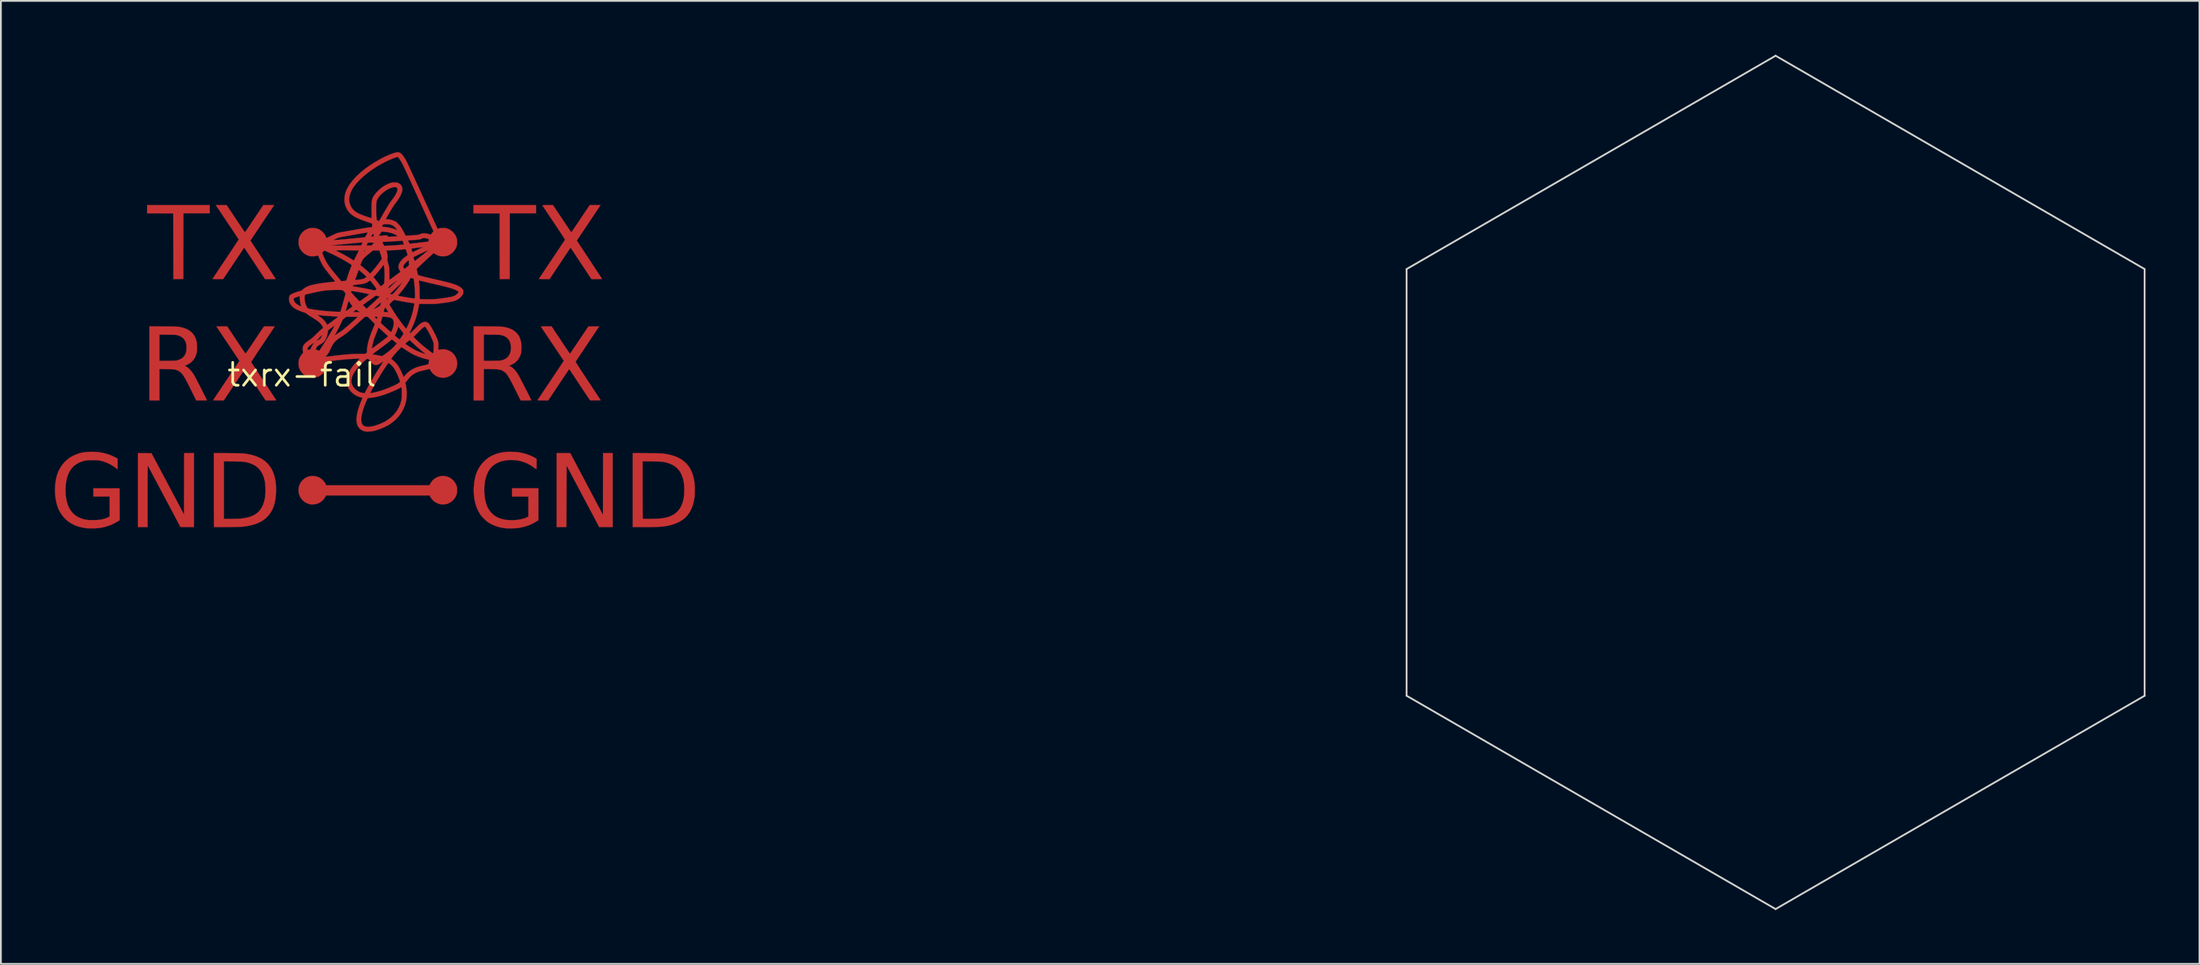
<source format=kicad_pcb>
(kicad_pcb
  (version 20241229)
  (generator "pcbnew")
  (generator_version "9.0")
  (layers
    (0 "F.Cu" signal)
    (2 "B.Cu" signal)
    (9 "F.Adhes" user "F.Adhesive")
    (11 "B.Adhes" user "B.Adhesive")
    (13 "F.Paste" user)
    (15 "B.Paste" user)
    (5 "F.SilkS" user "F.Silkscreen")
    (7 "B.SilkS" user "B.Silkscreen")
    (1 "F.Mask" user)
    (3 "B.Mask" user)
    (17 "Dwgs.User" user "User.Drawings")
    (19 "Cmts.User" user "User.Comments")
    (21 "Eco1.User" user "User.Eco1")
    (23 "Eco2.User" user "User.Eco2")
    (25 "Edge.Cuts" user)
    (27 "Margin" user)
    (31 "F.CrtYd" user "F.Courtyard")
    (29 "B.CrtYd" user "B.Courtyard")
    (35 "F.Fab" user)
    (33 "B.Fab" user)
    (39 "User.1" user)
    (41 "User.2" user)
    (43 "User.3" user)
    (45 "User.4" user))
  (footprint "txrx-fail"
    (layer "F.Cu")
    (at 13.722 17.794)
    (property "Reference" "txrx-fail" (at 0 0 0) (layer "F.SilkS") (effects (font (size 1.27 1.27) (thickness 0.15))))
    (attr through_hole)
    (fp_poly (pts (xy -5.118 -8.979) (xy -6.579 -8.979) (xy -6.585 -5.328) (xy -6.861 -5.324) (xy -7.137 -5.321) (xy -7.141 -7.147) (xy -7.144 -8.973) (xy -7.871 -8.976) (xy -8.598 -8.979) (xy -8.598 -9.436) (xy -5.118 -9.436) (xy -5.118 -8.979)) (stroke (width 0.01) (type solid)) (fill yes) (layer "F.Cu"))
    (fp_poly (pts (xy 13.018 -8.979) (xy 11.557 -8.979) (xy 11.551 -5.328) (xy 11.274 -5.324) (xy 10.998 -5.321) (xy 10.995 -7.147) (xy 10.992 -8.973) (xy 10.265 -8.976) (xy 9.538 -8.979) (xy 9.538 -9.436) (xy 13.018 -9.436) (xy 13.018 -8.979)) (stroke (width 0.01) (type solid)) (fill yes) (layer "F.Cu"))
    (fp_poly (pts (xy 17.272 8.471) (xy 16.901 8.471) (xy 16.529 8.471) (xy 14.713 5.044) (xy 14.707 6.754) (xy 14.7 8.465) (xy 14.43 8.468) (xy 14.161 8.471) (xy 14.161 4.356) (xy 14.916 4.357) (xy 16.732 7.786) (xy 16.735 6.071) (xy 16.739 4.356) (xy 17.272 4.356) (xy 17.272 8.471)) (stroke (width 0.01) (type solid)) (fill yes) (layer "F.Cu"))
    (fp_poly (pts (xy -8.729 4.359) (xy -8.353 4.362) (xy -7.45 6.066) (xy -6.547 7.77) (xy -6.544 6.063) (xy -6.54 4.356) (xy -5.994 4.356) (xy -5.994 8.471) (xy -6.369 8.468) (xy -6.744 8.465) (xy -7.646 6.763) (xy -7.749 6.569) (xy -7.849 6.381) (xy -7.945 6.201) (xy -8.036 6.029) (xy -8.122 5.867) (xy -8.203 5.716) (xy -8.277 5.577) (xy -8.344 5.451) (xy -8.403 5.341) (xy -8.454 5.246) (xy -8.495 5.168) (xy -8.527 5.109) (xy -8.549 5.069) (xy -8.56 5.05) (xy -8.561 5.049) (xy -8.562 5.06) (xy -8.564 5.095) (xy -8.565 5.155) (xy -8.567 5.238) (xy -8.568 5.344) (xy -8.569 5.472) (xy -8.57 5.621) (xy -8.571 5.791) (xy -8.572 5.982) (xy -8.572 6.192) (xy -8.572 6.421) (xy -8.572 6.668) (xy -8.572 6.754) (xy -8.572 8.471) (xy -9.106 8.471) (xy -9.106 4.356) (xy -8.729 4.359)) (stroke (width 0.01) (type solid)) (fill yes) (layer "F.Cu"))
    (fp_poly (pts (xy 0.783 5.647) (xy 0.917 5.69) (xy 0.965 5.712) (xy 1.052 5.764) (xy 1.137 5.834) (xy 1.215 5.915) (xy 1.278 6) (xy 1.309 6.055) (xy 1.353 6.147) (xy 4.223 6.147) (xy 7.094 6.147) (xy 7.133 6.067) (xy 7.205 5.948) (xy 7.294 5.846) (xy 7.397 5.763) (xy 7.512 5.698) (xy 7.635 5.654) (xy 7.764 5.63) (xy 7.897 5.628) (xy 8.03 5.648) (xy 8.162 5.693) (xy 8.2 5.71) (xy 8.309 5.777) (xy 8.408 5.865) (xy 8.493 5.968) (xy 8.56 6.081) (xy 8.569 6.102) (xy 8.595 6.167) (xy 8.613 6.222) (xy 8.623 6.276) (xy 8.628 6.339) (xy 8.629 6.413) (xy 8.628 6.489) (xy 8.624 6.548) (xy 8.615 6.598) (xy 8.602 6.648) (xy 8.601 6.648) (xy 8.547 6.778) (xy 8.472 6.896) (xy 8.379 6.998) (xy 8.27 7.083) (xy 8.146 7.148) (xy 8.085 7.171) (xy 8.03 7.188) (xy 7.98 7.198) (xy 7.926 7.203) (xy 7.858 7.205) (xy 7.842 7.205) (xy 7.775 7.205) (xy 7.724 7.201) (xy 7.68 7.194) (xy 7.634 7.181) (xy 7.594 7.168) (xy 7.467 7.112) (xy 7.356 7.04) (xy 7.284 6.976) (xy 7.243 6.932) (xy 7.202 6.88) (xy 7.164 6.826) (xy 7.135 6.777) (xy 7.118 6.739) (xy 7.117 6.735) (xy 7.109 6.706) (xy 1.347 6.706) (xy 1.316 6.766) (xy 1.242 6.885) (xy 1.15 6.988) (xy 1.043 7.075) (xy 0.924 7.142) (xy 0.808 7.183) (xy 0.741 7.196) (xy 0.662 7.205) (xy 0.58 7.208) (xy 0.507 7.205) (xy 0.474 7.2) (xy 0.386 7.178) (xy 0.294 7.144) (xy 0.209 7.103) (xy 0.174 7.081) (xy 0.063 6.994) (xy -0.028 6.891) (xy -0.1 6.778) (xy -0.151 6.655) (xy -0.18 6.526) (xy -0.187 6.393) (xy -0.171 6.259) (xy -0.132 6.127) (xy -0.11 6.077) (xy -0.039 5.956) (xy 0.049 5.853) (xy 0.151 5.767) (xy 0.264 5.701) (xy 0.386 5.656) (xy 0.516 5.631) (xy 0.649 5.627) (xy 0.783 5.647)) (stroke (width 0.01) (type solid)) (fill yes) (layer "F.Cu"))
    (fp_poly (pts (xy -11.468 4.286) (xy -11.339 4.296) (xy -11.321 4.298) (xy -11.072 4.338) (xy -10.832 4.399) (xy -10.603 4.48) (xy -10.389 4.58) (xy -10.328 4.613) (xy -10.236 4.665) (xy -10.236 5.26) (xy -10.297 5.21) (xy -10.41 5.124) (xy -10.54 5.041) (xy -10.681 4.963) (xy -10.824 4.895) (xy -10.961 4.842) (xy -10.966 4.84) (xy -11.067 4.809) (xy -11.157 4.784) (xy -11.243 4.767) (xy -11.332 4.755) (xy -11.431 4.748) (xy -11.544 4.745) (xy -11.62 4.744) (xy -11.743 4.745) (xy -11.845 4.749) (xy -11.933 4.756) (xy -12.013 4.767) (xy -12.09 4.783) (xy -12.17 4.805) (xy -12.224 4.822) (xy -12.39 4.888) (xy -12.539 4.973) (xy -12.672 5.077) (xy -12.789 5.2) (xy -12.888 5.342) (xy -12.971 5.503) (xy -13.036 5.682) (xy -13.085 5.88) (xy -13.116 6.096) (xy -13.131 6.33) (xy -13.132 6.413) (xy -13.123 6.654) (xy -13.097 6.875) (xy -13.054 7.079) (xy -12.994 7.264) (xy -12.917 7.431) (xy -12.822 7.578) (xy -12.711 7.708) (xy -12.583 7.818) (xy -12.438 7.91) (xy -12.276 7.982) (xy -12.209 8.005) (xy -12.119 8.032) (xy -12.034 8.052) (xy -11.948 8.066) (xy -11.855 8.075) (xy -11.749 8.08) (xy -11.625 8.082) (xy -11.608 8.082) (xy -11.433 8.078) (xy -11.279 8.067) (xy -11.14 8.047) (xy -11.014 8.019) (xy -10.894 7.98) (xy -10.778 7.931) (xy -10.775 7.929) (xy -10.681 7.885) (xy -10.681 6.769) (xy -11.582 6.769) (xy -11.582 6.312) (xy -10.855 6.315) (xy -10.128 6.318) (xy -10.122 8.084) (xy -10.227 8.149) (xy -10.438 8.269) (xy -10.655 8.366) (xy -10.881 8.441) (xy -11.118 8.497) (xy -11.227 8.515) (xy -11.302 8.524) (xy -11.396 8.531) (xy -11.5 8.537) (xy -11.61 8.54) (xy -11.718 8.541) (xy -11.818 8.541) (xy -11.903 8.537) (xy -11.944 8.534) (xy -12.179 8.499) (xy -12.399 8.445) (xy -12.604 8.37) (xy -12.793 8.277) (xy -12.967 8.165) (xy -13.123 8.034) (xy -13.263 7.886) (xy -13.384 7.719) (xy -13.488 7.536) (xy -13.549 7.397) (xy -13.613 7.206) (xy -13.662 7) (xy -13.696 6.782) (xy -13.714 6.557) (xy -13.717 6.33) (xy -13.704 6.104) (xy -13.675 5.885) (xy -13.631 5.677) (xy -13.594 5.552) (xy -13.515 5.347) (xy -13.415 5.158) (xy -13.297 4.986) (xy -13.161 4.83) (xy -13.008 4.693) (xy -12.838 4.574) (xy -12.652 4.474) (xy -12.452 4.394) (xy -12.237 4.335) (xy -12.147 4.317) (xy -12.031 4.301) (xy -11.898 4.289) (xy -11.754 4.283) (xy -11.609 4.282) (xy -11.468 4.286)) (stroke (width 0.01) (type solid)) (fill yes) (layer "F.Cu"))
    (fp_poly (pts (xy -3.675 -8.68) (xy -3.592 -8.556) (xy -3.513 -8.438) (xy -3.439 -8.328) (xy -3.371 -8.228) (xy -3.311 -8.139) (xy -3.259 -8.064) (xy -3.217 -8.003) (xy -3.186 -7.958) (xy -3.167 -7.932) (xy -3.161 -7.925) (xy -3.153 -7.935) (xy -3.131 -7.965) (xy -3.098 -8.012) (xy -3.054 -8.076) (xy -3.001 -8.154) (xy -2.939 -8.245) (xy -2.87 -8.347) (xy -2.795 -8.458) (xy -2.715 -8.577) (xy -2.646 -8.68) (xy -2.14 -9.435) (xy -1.839 -9.436) (xy -1.537 -9.436) (xy -1.745 -9.128) (xy -1.79 -9.06) (xy -1.848 -8.975) (xy -1.915 -8.874) (xy -1.991 -8.761) (xy -2.073 -8.639) (xy -2.158 -8.511) (xy -2.246 -8.38) (xy -2.334 -8.249) (xy -2.405 -8.143) (xy -2.858 -7.466) (xy -2.161 -6.409) (xy -2.064 -6.261) (xy -1.97 -6.119) (xy -1.881 -5.984) (xy -1.798 -5.858) (xy -1.722 -5.742) (xy -1.653 -5.638) (xy -1.593 -5.547) (xy -1.543 -5.47) (xy -1.503 -5.409) (xy -1.475 -5.366) (xy -1.459 -5.342) (xy -1.456 -5.337) (xy -1.458 -5.332) (xy -1.472 -5.328) (xy -1.501 -5.325) (xy -1.548 -5.323) (xy -1.614 -5.322) (xy -1.702 -5.321) (xy -1.744 -5.321) (xy -2.042 -5.321) (xy -2.258 -5.648) (xy -2.31 -5.727) (xy -2.373 -5.824) (xy -2.446 -5.934) (xy -2.525 -6.053) (xy -2.607 -6.178) (xy -2.691 -6.305) (xy -2.774 -6.43) (xy -2.838 -6.526) (xy -3.202 -7.077) (xy -4.373 -5.321) (xy -4.67 -5.321) (xy -4.754 -5.322) (xy -4.828 -5.323) (xy -4.889 -5.325) (xy -4.934 -5.327) (xy -4.959 -5.329) (xy -4.964 -5.331) (xy -4.956 -5.343) (xy -4.935 -5.374) (xy -4.903 -5.424) (xy -4.858 -5.49) (xy -4.804 -5.573) (xy -4.74 -5.669) (xy -4.667 -5.777) (xy -4.587 -5.898) (xy -4.501 -6.027) (xy -4.408 -6.166) (xy -4.311 -6.311) (xy -4.232 -6.429) (xy -4.132 -6.579) (xy -4.036 -6.723) (xy -3.945 -6.859) (xy -3.86 -6.987) (xy -3.782 -7.105) (xy -3.712 -7.211) (xy -3.65 -7.304) (xy -3.598 -7.382) (xy -3.557 -7.445) (xy -3.527 -7.491) (xy -3.51 -7.518) (xy -3.505 -7.525) (xy -3.512 -7.536) (xy -3.532 -7.567) (xy -3.564 -7.616) (xy -3.607 -7.682) (xy -3.661 -7.762) (xy -3.723 -7.856) (xy -3.793 -7.962) (xy -3.871 -8.078) (xy -3.954 -8.203) (xy -4.043 -8.336) (xy -4.118 -8.448) (xy -4.21 -8.586) (xy -4.299 -8.719) (xy -4.383 -8.844) (xy -4.461 -8.961) (xy -4.532 -9.068) (xy -4.595 -9.162) (xy -4.649 -9.243) (xy -4.694 -9.309) (xy -4.727 -9.359) (xy -4.747 -9.39) (xy -4.754 -9.4) (xy -4.778 -9.436) (xy -4.178 -9.436) (xy -3.675 -8.68)) (stroke (width 0.01) (type solid)) (fill yes) (layer "F.Cu"))
    (fp_poly (pts (xy 11.662 4.282) (xy 11.791 4.287) (xy 11.916 4.295) (xy 12.028 4.307) (xy 12.097 4.317) (xy 12.292 4.358) (xy 12.483 4.413) (xy 12.666 4.479) (xy 12.835 4.554) (xy 12.984 4.637) (xy 12.991 4.641) (xy 13.043 4.674) (xy 13.043 4.967) (xy 13.043 5.063) (xy 13.042 5.137) (xy 13.04 5.19) (xy 13.037 5.225) (xy 13.034 5.244) (xy 13.029 5.25) (xy 13.027 5.25) (xy 13.01 5.238) (xy 12.979 5.214) (xy 12.94 5.185) (xy 12.935 5.181) (xy 12.753 5.054) (xy 12.557 4.946) (xy 12.353 4.859) (xy 12.144 4.794) (xy 12.056 4.774) (xy 11.953 4.758) (xy 11.834 4.747) (xy 11.707 4.74) (xy 11.581 4.739) (xy 11.463 4.743) (xy 11.392 4.749) (xy 11.194 4.782) (xy 11.014 4.833) (xy 10.851 4.903) (xy 10.705 4.991) (xy 10.576 5.097) (xy 10.563 5.11) (xy 10.458 5.23) (xy 10.366 5.371) (xy 10.289 5.53) (xy 10.228 5.704) (xy 10.183 5.893) (xy 10.178 5.918) (xy 10.153 6.112) (xy 10.14 6.315) (xy 10.141 6.521) (xy 10.155 6.725) (xy 10.182 6.919) (xy 10.221 7.099) (xy 10.231 7.134) (xy 10.294 7.311) (xy 10.377 7.472) (xy 10.477 7.615) (xy 10.594 7.74) (xy 10.729 7.846) (xy 10.879 7.933) (xy 11.045 8.001) (xy 11.188 8.04) (xy 11.349 8.067) (xy 11.518 8.083) (xy 11.691 8.086) (xy 11.864 8.079) (xy 12.033 8.06) (xy 12.193 8.031) (xy 12.34 7.992) (xy 12.47 7.943) (xy 12.537 7.91) (xy 12.592 7.88) (xy 12.592 6.775) (xy 12.138 6.772) (xy 11.684 6.769) (xy 11.684 6.312) (xy 13.145 6.312) (xy 13.145 8.088) (xy 13.027 8.161) (xy 12.809 8.282) (xy 12.578 8.38) (xy 12.336 8.456) (xy 12.081 8.509) (xy 12.037 8.516) (xy 11.963 8.524) (xy 11.87 8.531) (xy 11.766 8.537) (xy 11.657 8.54) (xy 11.55 8.541) (xy 11.45 8.541) (xy 11.365 8.537) (xy 11.322 8.534) (xy 11.097 8.501) (xy 10.881 8.447) (xy 10.678 8.375) (xy 10.489 8.285) (xy 10.351 8.201) (xy 10.287 8.152) (xy 10.213 8.088) (xy 10.136 8.015) (xy 10.06 7.937) (xy 9.99 7.86) (xy 9.933 7.789) (xy 9.908 7.753) (xy 9.801 7.569) (xy 9.712 7.369) (xy 9.643 7.153) (xy 9.593 6.924) (xy 9.563 6.683) (xy 9.552 6.431) (xy 9.555 6.297) (xy 9.573 6.05) (xy 9.607 5.821) (xy 9.658 5.61) (xy 9.726 5.414) (xy 9.812 5.233) (xy 9.917 5.065) (xy 10.04 4.908) (xy 10.099 4.845) (xy 10.249 4.705) (xy 10.411 4.586) (xy 10.588 4.487) (xy 10.778 4.408) (xy 10.985 4.347) (xy 11.208 4.305) (xy 11.314 4.292) (xy 11.416 4.284) (xy 11.534 4.281) (xy 11.662 4.282)) (stroke (width 0.01) (type solid)) (fill yes) (layer "F.Cu"))
    (fp_poly (pts (xy 15.872 -1.718) (xy 15.777 -1.576) (xy 15.686 -1.44) (xy 15.6 -1.312) (xy 15.52 -1.192) (xy 15.447 -1.083) (xy 15.382 -0.985) (xy 15.326 -0.901) (xy 15.28 -0.832) (xy 15.245 -0.779) (xy 15.221 -0.744) (xy 15.211 -0.729) (xy 15.211 -0.728) (xy 15.216 -0.716) (xy 15.235 -0.684) (xy 15.266 -0.633) (xy 15.309 -0.565) (xy 15.362 -0.482) (xy 15.425 -0.384) (xy 15.497 -0.273) (xy 15.576 -0.15) (xy 15.663 -0.017) (xy 15.756 0.125) (xy 15.855 0.275) (xy 15.905 0.351) (xy 16.608 1.416) (xy 16.321 1.419) (xy 16.238 1.42) (xy 16.163 1.42) (xy 16.1 1.42) (xy 16.053 1.419) (xy 16.025 1.418) (xy 16.02 1.418) (xy 16.011 1.406) (xy 15.99 1.376) (xy 15.956 1.327) (xy 15.911 1.261) (xy 15.857 1.181) (xy 15.795 1.088) (xy 15.724 0.982) (xy 15.648 0.867) (xy 15.565 0.743) (xy 15.479 0.612) (xy 15.436 0.548) (xy 15.348 0.414) (xy 15.264 0.287) (xy 15.185 0.168) (xy 15.112 0.058) (xy 15.046 -0.041) (xy 14.988 -0.127) (xy 14.94 -0.199) (xy 14.901 -0.255) (xy 14.875 -0.294) (xy 14.86 -0.315) (xy 14.858 -0.317) (xy 14.85 -0.307) (xy 14.829 -0.277) (xy 14.796 -0.229) (xy 14.752 -0.165) (xy 14.698 -0.086) (xy 14.636 0.007) (xy 14.566 0.112) (xy 14.489 0.226) (xy 14.406 0.349) (xy 14.319 0.48) (xy 14.271 0.552) (xy 13.691 1.422) (xy 13.392 1.422) (xy 13.295 1.422) (xy 13.222 1.421) (xy 13.169 1.42) (xy 13.133 1.418) (xy 13.112 1.415) (xy 13.103 1.41) (xy 13.103 1.405) (xy 13.111 1.392) (xy 13.132 1.36) (xy 13.166 1.309) (xy 13.211 1.241) (xy 13.267 1.159) (xy 13.331 1.062) (xy 13.404 0.952) (xy 13.485 0.832) (xy 13.572 0.701) (xy 13.665 0.563) (xy 13.762 0.417) (xy 13.836 0.306) (xy 14.56 -0.775) (xy 13.925 -1.722) (xy 13.832 -1.862) (xy 13.742 -1.996) (xy 13.658 -2.122) (xy 13.579 -2.239) (xy 13.508 -2.346) (xy 13.445 -2.441) (xy 13.391 -2.522) (xy 13.347 -2.588) (xy 13.314 -2.638) (xy 13.294 -2.669) (xy 13.286 -2.681) (xy 13.297 -2.684) (xy 13.33 -2.687) (xy 13.382 -2.69) (xy 13.45 -2.691) (xy 13.53 -2.692) (xy 13.58 -2.692) (xy 13.877 -2.692) (xy 14.384 -1.931) (xy 14.467 -1.806) (xy 14.546 -1.687) (xy 14.62 -1.577) (xy 14.688 -1.476) (xy 14.748 -1.387) (xy 14.799 -1.311) (xy 14.841 -1.249) (xy 14.872 -1.204) (xy 14.891 -1.177) (xy 14.897 -1.169) (xy 14.905 -1.179) (xy 14.926 -1.209) (xy 14.959 -1.256) (xy 15.002 -1.32) (xy 15.055 -1.398) (xy 15.117 -1.489) (xy 15.186 -1.591) (xy 15.261 -1.702) (xy 15.341 -1.821) (xy 15.413 -1.927) (xy 15.922 -2.686) (xy 16.524 -2.693) (xy 15.872 -1.718)) (stroke (width 0.01) (type solid)) (fill yes) (layer "F.Cu"))
    (fp_poly (pts (xy 14.461 -8.68) (xy 14.544 -8.556) (xy 14.623 -8.438) (xy 14.697 -8.328) (xy 14.765 -8.228) (xy 14.825 -8.139) (xy 14.877 -8.064) (xy 14.918 -8.003) (xy 14.95 -7.958) (xy 14.969 -7.932) (xy 14.975 -7.925) (xy 14.983 -7.935) (xy 15.005 -7.965) (xy 15.038 -8.012) (xy 15.082 -8.076) (xy 15.135 -8.154) (xy 15.197 -8.245) (xy 15.266 -8.347) (xy 15.341 -8.458) (xy 15.422 -8.577) (xy 15.49 -8.68) (xy 15.996 -9.435) (xy 16.297 -9.436) (xy 16.598 -9.436) (xy 16.184 -8.817) (xy 16.099 -8.69) (xy 16.01 -8.558) (xy 15.92 -8.423) (xy 15.832 -8.291) (xy 15.747 -8.165) (xy 15.668 -8.047) (xy 15.598 -7.943) (xy 15.538 -7.854) (xy 15.523 -7.832) (xy 15.278 -7.466) (xy 15.974 -6.41) (xy 16.072 -6.262) (xy 16.166 -6.119) (xy 16.255 -5.984) (xy 16.338 -5.858) (xy 16.414 -5.742) (xy 16.483 -5.638) (xy 16.543 -5.547) (xy 16.593 -5.47) (xy 16.633 -5.409) (xy 16.661 -5.366) (xy 16.677 -5.342) (xy 16.68 -5.337) (xy 16.678 -5.332) (xy 16.664 -5.328) (xy 16.634 -5.325) (xy 16.588 -5.323) (xy 16.522 -5.322) (xy 16.434 -5.321) (xy 16.392 -5.321) (xy 16.094 -5.321) (xy 15.899 -5.617) (xy 15.853 -5.687) (xy 15.795 -5.774) (xy 15.728 -5.876) (xy 15.653 -5.989) (xy 15.574 -6.11) (xy 15.491 -6.234) (xy 15.409 -6.359) (xy 15.328 -6.48) (xy 15.319 -6.495) (xy 14.933 -7.078) (xy 14.348 -6.199) (xy 13.763 -5.321) (xy 13.465 -5.321) (xy 13.382 -5.322) (xy 13.308 -5.323) (xy 13.246 -5.324) (xy 13.201 -5.327) (xy 13.176 -5.329) (xy 13.172 -5.331) (xy 13.18 -5.342) (xy 13.2 -5.374) (xy 13.233 -5.423) (xy 13.277 -5.49) (xy 13.332 -5.572) (xy 13.396 -5.668) (xy 13.468 -5.776) (xy 13.548 -5.896) (xy 13.635 -6.025) (xy 13.727 -6.163) (xy 13.824 -6.308) (xy 13.894 -6.413) (xy 13.993 -6.562) (xy 14.089 -6.705) (xy 14.18 -6.841) (xy 14.265 -6.969) (xy 14.344 -7.086) (xy 14.414 -7.192) (xy 14.476 -7.285) (xy 14.528 -7.364) (xy 14.57 -7.427) (xy 14.6 -7.473) (xy 14.618 -7.5) (xy 14.622 -7.507) (xy 14.621 -7.516) (xy 14.612 -7.535) (xy 14.595 -7.566) (xy 14.569 -7.609) (xy 14.534 -7.665) (xy 14.489 -7.736) (xy 14.433 -7.822) (xy 14.366 -7.925) (xy 14.287 -8.044) (xy 14.195 -8.183) (xy 14.09 -8.34) (xy 14.006 -8.466) (xy 13.913 -8.605) (xy 13.824 -8.738) (xy 13.74 -8.864) (xy 13.662 -8.981) (xy 13.591 -9.088) (xy 13.528 -9.182) (xy 13.474 -9.263) (xy 13.43 -9.329) (xy 13.397 -9.378) (xy 13.377 -9.409) (xy 13.369 -9.42) (xy 13.371 -9.425) (xy 13.384 -9.429) (xy 13.412 -9.432) (xy 13.457 -9.434) (xy 13.522 -9.436) (xy 13.608 -9.436) (xy 13.658 -9.436) (xy 13.957 -9.436) (xy 14.461 -8.68)) (stroke (width 0.01) (type solid)) (fill yes) (layer "F.Cu"))
    (fp_poly (pts (xy -4.448 -2.692) (xy -4.147 -2.692) (xy -3.64 -1.93) (xy -3.557 -1.806) (xy -3.478 -1.687) (xy -3.404 -1.577) (xy -3.336 -1.477) (xy -3.276 -1.388) (xy -3.224 -1.313) (xy -3.182 -1.252) (xy -3.151 -1.208) (xy -3.131 -1.181) (xy -3.125 -1.174) (xy -3.117 -1.185) (xy -3.095 -1.216) (xy -3.062 -1.264) (xy -3.018 -1.329) (xy -2.965 -1.407) (xy -2.903 -1.499) (xy -2.834 -1.601) (xy -2.759 -1.713) (xy -2.679 -1.832) (xy -2.609 -1.935) (xy -2.102 -2.691) (xy -1.807 -2.692) (xy -1.723 -2.692) (xy -1.649 -2.691) (xy -1.587 -2.69) (xy -1.541 -2.688) (xy -1.516 -2.686) (xy -1.511 -2.685) (xy -1.518 -2.674) (xy -1.538 -2.643) (xy -1.571 -2.593) (xy -1.614 -2.528) (xy -1.668 -2.447) (xy -1.731 -2.352) (xy -1.802 -2.245) (xy -1.88 -2.128) (xy -1.965 -2.001) (xy -2.055 -1.866) (xy -2.149 -1.725) (xy -2.166 -1.699) (xy -2.261 -1.558) (xy -2.352 -1.421) (xy -2.437 -1.293) (xy -2.516 -1.173) (xy -2.588 -1.063) (xy -2.652 -0.966) (xy -2.707 -0.881) (xy -2.752 -0.812) (xy -2.785 -0.759) (xy -2.807 -0.724) (xy -2.815 -0.708) (xy -2.815 -0.707) (xy -2.808 -0.694) (xy -2.787 -0.662) (xy -2.754 -0.612) (xy -2.71 -0.544) (xy -2.656 -0.462) (xy -2.593 -0.365) (xy -2.521 -0.256) (xy -2.442 -0.136) (xy -2.356 -0.006) (xy -2.266 0.132) (xy -2.17 0.276) (xy -2.116 0.359) (xy -2.019 0.506) (xy -1.926 0.647) (xy -1.837 0.781) (xy -1.755 0.906) (xy -1.68 1.021) (xy -1.612 1.124) (xy -1.553 1.214) (xy -1.504 1.289) (xy -1.466 1.348) (xy -1.439 1.389) (xy -1.425 1.412) (xy -1.422 1.416) (xy -1.435 1.418) (xy -1.468 1.419) (xy -1.521 1.421) (xy -1.588 1.422) (xy -1.666 1.422) (xy -1.718 1.422) (xy -2.013 1.422) (xy -2.584 0.558) (xy -2.672 0.424) (xy -2.757 0.297) (xy -2.836 0.177) (xy -2.909 0.067) (xy -2.975 -0.032) (xy -3.033 -0.119) (xy -3.082 -0.192) (xy -3.121 -0.249) (xy -3.148 -0.289) (xy -3.162 -0.31) (xy -3.165 -0.313) (xy -3.173 -0.303) (xy -3.194 -0.274) (xy -3.228 -0.227) (xy -3.272 -0.164) (xy -3.326 -0.085) (xy -3.388 0.007) (xy -3.459 0.111) (xy -3.536 0.225) (xy -3.618 0.348) (xy -3.706 0.478) (xy -3.755 0.552) (xy -4.335 1.422) (xy -4.631 1.422) (xy -4.715 1.422) (xy -4.79 1.421) (xy -4.851 1.42) (xy -4.897 1.419) (xy -4.923 1.417) (xy -4.928 1.416) (xy -4.921 1.405) (xy -4.901 1.374) (xy -4.868 1.325) (xy -4.824 1.259) (xy -4.77 1.177) (xy -4.707 1.081) (xy -4.634 0.973) (xy -4.555 0.853) (xy -4.468 0.723) (xy -4.376 0.585) (xy -4.279 0.44) (xy -4.197 0.317) (xy -3.466 -0.775) (xy -4.108 -1.734) (xy -4.75 -2.692) (xy -4.448 -2.692)) (stroke (width 0.01) (type solid)) (fill yes) (layer "F.Cu"))
    (fp_poly (pts (xy -4.086 4.36) (xy -3.914 4.361) (xy -3.765 4.362) (xy -3.637 4.364) (xy -3.526 4.365) (xy -3.432 4.368) (xy -3.35 4.371) (xy -3.28 4.374) (xy -3.218 4.379) (xy -3.162 4.384) (xy -3.109 4.391) (xy -3.058 4.399) (xy -3.005 4.408) (xy -2.949 4.419) (xy -2.914 4.426) (xy -2.687 4.482) (xy -2.48 4.554) (xy -2.292 4.642) (xy -2.123 4.746) (xy -1.974 4.866) (xy -1.843 5.004) (xy -1.73 5.158) (xy -1.636 5.329) (xy -1.559 5.518) (xy -1.555 5.53) (xy -1.511 5.678) (xy -1.477 5.828) (xy -1.453 5.985) (xy -1.438 6.154) (xy -1.432 6.34) (xy -1.432 6.407) (xy -1.44 6.658) (xy -1.464 6.89) (xy -1.503 7.104) (xy -1.56 7.3) (xy -1.632 7.48) (xy -1.722 7.644) (xy -1.83 7.794) (xy -1.955 7.929) (xy -1.963 7.938) (xy -2.092 8.047) (xy -2.235 8.143) (xy -2.393 8.225) (xy -2.568 8.295) (xy -2.761 8.354) (xy -2.974 8.401) (xy -3.209 8.437) (xy -3.283 8.446) (xy -3.318 8.449) (xy -3.374 8.452) (xy -3.447 8.454) (xy -3.535 8.457) (xy -3.636 8.459) (xy -3.747 8.461) (xy -3.864 8.463) (xy -3.987 8.465) (xy -4.111 8.467) (xy -4.234 8.468) (xy -4.355 8.469) (xy -4.469 8.469) (xy -4.574 8.47) (xy -4.668 8.47) (xy -4.748 8.469) (xy -4.811 8.468) (xy -4.856 8.467) (xy -4.878 8.465) (xy -4.88 8.464) (xy -4.881 8.45) (xy -4.882 8.413) (xy -4.883 8.352) (xy -4.884 8.271) (xy -4.885 8.169) (xy -4.886 8.048) (xy -4.886 8.014) (xy -4.331 8.014) (xy -3.997 8.014) (xy -3.894 8.013) (xy -3.785 8.012) (xy -3.679 8.009) (xy -3.582 8.006) (xy -3.5 8.003) (xy -3.464 8.001) (xy -3.242 7.979) (xy -3.04 7.942) (xy -2.859 7.89) (xy -2.696 7.822) (xy -2.553 7.738) (xy -2.427 7.637) (xy -2.319 7.519) (xy -2.228 7.383) (xy -2.154 7.229) (xy -2.096 7.056) (xy -2.053 6.864) (xy -2.037 6.763) (xy -2.028 6.667) (xy -2.022 6.556) (xy -2.02 6.434) (xy -2.022 6.308) (xy -2.027 6.184) (xy -2.036 6.069) (xy -2.047 5.969) (xy -2.057 5.914) (xy -2.105 5.723) (xy -2.169 5.552) (xy -2.25 5.399) (xy -2.348 5.265) (xy -2.464 5.149) (xy -2.596 5.051) (xy -2.747 4.971) (xy -2.916 4.907) (xy -2.953 4.897) (xy -3.015 4.879) (xy -3.071 4.865) (xy -3.124 4.853) (xy -3.177 4.844) (xy -3.233 4.837) (xy -3.295 4.831) (xy -3.368 4.826) (xy -3.453 4.823) (xy -3.555 4.821) (xy -3.676 4.819) (xy -3.807 4.817) (xy -4.331 4.811) (xy -4.331 8.014) (xy -4.886 8.014) (xy -4.886 7.911) (xy -4.887 7.757) (xy -4.888 7.589) (xy -4.888 7.407) (xy -4.889 7.214) (xy -4.889 7.01) (xy -4.889 6.796) (xy -4.889 6.575) (xy -4.889 6.404) (xy -4.889 4.354) (xy -4.086 4.36)) (stroke (width 0.01) (type solid)) (fill yes) (layer "F.Cu"))
    (fp_poly (pts (xy 19.187 4.36) (xy 19.356 4.361) (xy 19.503 4.362) (xy 19.628 4.364) (xy 19.735 4.365) (xy 19.825 4.367) (xy 19.9 4.369) (xy 19.963 4.372) (xy 20.015 4.375) (xy 20.059 4.378) (xy 20.097 4.382) (xy 20.129 4.386) (xy 20.367 4.429) (xy 20.583 4.483) (xy 20.779 4.55) (xy 20.955 4.629) (xy 21.114 4.722) (xy 21.256 4.829) (xy 21.352 4.918) (xy 21.468 5.052) (xy 21.567 5.199) (xy 21.651 5.362) (xy 21.72 5.542) (xy 21.775 5.74) (xy 21.815 5.959) (xy 21.82 5.994) (xy 21.828 6.069) (xy 21.833 6.163) (xy 21.836 6.271) (xy 21.837 6.387) (xy 21.836 6.505) (xy 21.833 6.618) (xy 21.828 6.722) (xy 21.82 6.81) (xy 21.814 6.858) (xy 21.77 7.086) (xy 21.711 7.294) (xy 21.636 7.483) (xy 21.544 7.653) (xy 21.435 7.805) (xy 21.308 7.94) (xy 21.163 8.059) (xy 21 8.162) (xy 20.818 8.249) (xy 20.666 8.306) (xy 20.571 8.336) (xy 20.477 8.362) (xy 20.382 8.385) (xy 20.283 8.405) (xy 20.179 8.421) (xy 20.066 8.435) (xy 19.943 8.446) (xy 19.808 8.455) (xy 19.657 8.461) (xy 19.489 8.466) (xy 19.301 8.469) (xy 19.092 8.47) (xy 18.971 8.471) (xy 18.39 8.471) (xy 18.39 6.404) (xy 18.936 6.404) (xy 18.936 6.603) (xy 18.936 6.795) (xy 18.936 6.979) (xy 18.937 7.152) (xy 18.937 7.314) (xy 18.938 7.462) (xy 18.939 7.596) (xy 18.939 7.714) (xy 18.94 7.814) (xy 18.941 7.894) (xy 18.942 7.954) (xy 18.943 7.992) (xy 18.944 8.005) (xy 18.944 8.005) (xy 18.959 8.008) (xy 18.997 8.01) (xy 19.052 8.012) (xy 19.123 8.013) (xy 19.204 8.013) (xy 19.294 8.013) (xy 19.388 8.013) (xy 19.482 8.011) (xy 19.574 8.01) (xy 19.66 8.007) (xy 19.736 8.005) (xy 19.798 8.002) (xy 19.811 8.001) (xy 19.889 7.995) (xy 19.969 7.987) (xy 20.043 7.978) (xy 20.101 7.97) (xy 20.106 7.969) (xy 20.301 7.925) (xy 20.477 7.866) (xy 20.634 7.789) (xy 20.772 7.696) (xy 20.892 7.585) (xy 20.995 7.456) (xy 21.08 7.309) (xy 21.148 7.143) (xy 21.2 6.958) (xy 21.229 6.806) (xy 21.24 6.714) (xy 21.247 6.604) (xy 21.251 6.483) (xy 21.252 6.358) (xy 21.249 6.236) (xy 21.242 6.123) (xy 21.233 6.027) (xy 21.229 6.003) (xy 21.189 5.804) (xy 21.132 5.625) (xy 21.059 5.466) (xy 20.97 5.324) (xy 20.863 5.201) (xy 20.739 5.096) (xy 20.597 5.008) (xy 20.437 4.937) (xy 20.314 4.897) (xy 20.251 4.879) (xy 20.196 4.865) (xy 20.143 4.853) (xy 20.09 4.844) (xy 20.034 4.836) (xy 19.972 4.831) (xy 19.9 4.826) (xy 19.815 4.823) (xy 19.714 4.821) (xy 19.595 4.819) (xy 19.46 4.817) (xy 18.936 4.811) (xy 18.936 6.404) (xy 18.39 6.404) (xy 18.39 4.354) (xy 19.187 4.36)) (stroke (width 0.01) (type solid)) (fill yes) (layer "F.Cu"))
    (fp_poly (pts (xy 10.328 -2.689) (xy 10.494 -2.688) (xy 10.636 -2.687) (xy 10.757 -2.685) (xy 10.859 -2.684) (xy 10.944 -2.682) (xy 11.015 -2.68) (xy 11.073 -2.678) (xy 11.12 -2.675) (xy 11.16 -2.672) (xy 11.193 -2.668) (xy 11.222 -2.663) (xy 11.227 -2.662) (xy 11.411 -2.621) (xy 11.575 -2.565) (xy 11.719 -2.495) (xy 11.843 -2.41) (xy 11.95 -2.31) (xy 12.04 -2.193) (xy 12.069 -2.146) (xy 12.098 -2.086) (xy 12.128 -2.008) (xy 12.155 -1.922) (xy 12.178 -1.835) (xy 12.193 -1.755) (xy 12.199 -1.69) (xy 12.202 -1.609) (xy 12.203 -1.519) (xy 12.2 -1.427) (xy 12.195 -1.338) (xy 12.188 -1.26) (xy 12.179 -1.197) (xy 12.174 -1.175) (xy 12.137 -1.07) (xy 12.086 -0.964) (xy 12.025 -0.864) (xy 11.959 -0.78) (xy 11.955 -0.776) (xy 11.873 -0.697) (xy 11.781 -0.63) (xy 11.675 -0.572) (xy 11.55 -0.52) (xy 11.538 -0.516) (xy 11.527 -0.509) (xy 11.532 -0.5) (xy 11.555 -0.485) (xy 11.576 -0.474) (xy 11.664 -0.422) (xy 11.748 -0.355) (xy 11.832 -0.27) (xy 11.916 -0.165) (xy 12.004 -0.038) (xy 12.021 -0.011) (xy 12.046 0.035) (xy 12.08 0.098) (xy 12.121 0.175) (xy 12.168 0.263) (xy 12.219 0.361) (xy 12.274 0.465) (xy 12.33 0.575) (xy 12.388 0.687) (xy 12.445 0.799) (xy 12.501 0.908) (xy 12.554 1.013) (xy 12.604 1.11) (xy 12.648 1.198) (xy 12.686 1.275) (xy 12.716 1.337) (xy 12.737 1.383) (xy 12.749 1.409) (xy 12.751 1.415) (xy 12.739 1.417) (xy 12.705 1.419) (xy 12.652 1.421) (xy 12.585 1.422) (xy 12.507 1.422) (xy 12.455 1.422) (xy 12.16 1.422) (xy 11.857 0.816) (xy 11.773 0.648) (xy 11.699 0.502) (xy 11.632 0.375) (xy 11.574 0.265) (xy 11.521 0.172) (xy 11.474 0.093) (xy 11.431 0.027) (xy 11.39 -0.029) (xy 11.352 -0.076) (xy 11.314 -0.115) (xy 11.275 -0.149) (xy 11.235 -0.179) (xy 11.212 -0.195) (xy 11.16 -0.226) (xy 11.106 -0.252) (xy 11.046 -0.273) (xy 10.979 -0.289) (xy 10.9 -0.301) (xy 10.807 -0.309) (xy 10.697 -0.314) (xy 10.566 -0.317) (xy 10.451 -0.318) (xy 10.109 -0.318) (xy 10.109 1.422) (xy 9.55 1.422) (xy 9.55 -0.773) (xy 10.109 -0.773) (xy 10.57 -0.778) (xy 10.696 -0.78) (xy 10.801 -0.782) (xy 10.885 -0.784) (xy 10.953 -0.786) (xy 11.006 -0.789) (xy 11.047 -0.793) (xy 11.08 -0.798) (xy 11.108 -0.804) (xy 11.111 -0.805) (xy 11.242 -0.85) (xy 11.353 -0.912) (xy 11.445 -0.99) (xy 11.517 -1.085) (xy 11.571 -1.196) (xy 11.605 -1.324) (xy 11.62 -1.468) (xy 11.62 -1.507) (xy 11.611 -1.654) (xy 11.583 -1.783) (xy 11.536 -1.896) (xy 11.47 -1.993) (xy 11.383 -2.074) (xy 11.277 -2.139) (xy 11.151 -2.189) (xy 11.115 -2.2) (xy 11.087 -2.207) (xy 11.059 -2.213) (xy 11.027 -2.218) (xy 10.99 -2.221) (xy 10.942 -2.224) (xy 10.883 -2.227) (xy 10.808 -2.229) (xy 10.714 -2.23) (xy 10.599 -2.232) (xy 10.563 -2.232) (xy 10.109 -2.237) (xy 10.109 -0.773) (xy 9.55 -0.773) (xy 9.55 -2.694) (xy 10.328 -2.689)) (stroke (width 0.01) (type solid)) (fill yes) (layer "F.Cu"))
    (fp_poly (pts (xy -7.687 -2.689) (xy -7.517 -2.687) (xy -7.37 -2.686) (xy -7.245 -2.684) (xy -7.14 -2.682) (xy -7.052 -2.681) (xy -6.979 -2.678) (xy -6.921 -2.676) (xy -6.874 -2.673) (xy -6.837 -2.669) (xy -6.808 -2.665) (xy -6.8 -2.664) (xy -6.613 -2.62) (xy -6.448 -2.563) (xy -6.303 -2.492) (xy -6.178 -2.407) (xy -6.073 -2.307) (xy -5.986 -2.191) (xy -5.918 -2.061) (xy -5.905 -2.028) (xy -5.875 -1.945) (xy -5.853 -1.867) (xy -5.838 -1.789) (xy -5.829 -1.704) (xy -5.824 -1.605) (xy -5.823 -1.518) (xy -5.824 -1.43) (xy -5.826 -1.363) (xy -5.83 -1.308) (xy -5.837 -1.26) (xy -5.846 -1.214) (xy -5.852 -1.189) (xy -5.9 -1.043) (xy -5.968 -0.911) (xy -6.054 -0.793) (xy -6.157 -0.694) (xy -6.274 -0.613) (xy -6.306 -0.596) (xy -6.36 -0.569) (xy -6.41 -0.545) (xy -6.45 -0.528) (xy -6.464 -0.522) (xy -6.509 -0.507) (xy -6.433 -0.467) (xy -6.372 -0.427) (xy -6.302 -0.37) (xy -6.229 -0.299) (xy -6.156 -0.219) (xy -6.088 -0.135) (xy -6.038 -0.064) (xy -6.013 -0.024) (xy -5.979 0.036) (xy -5.936 0.115) (xy -5.884 0.211) (xy -5.826 0.321) (xy -5.763 0.443) (xy -5.694 0.576) (xy -5.623 0.717) (xy -5.61 0.741) (xy -5.549 0.863) (xy -5.491 0.977) (xy -5.438 1.083) (xy -5.391 1.177) (xy -5.349 1.259) (xy -5.316 1.326) (xy -5.291 1.376) (xy -5.275 1.408) (xy -5.271 1.418) (xy -5.283 1.419) (xy -5.317 1.42) (xy -5.369 1.421) (xy -5.436 1.422) (xy -5.515 1.422) (xy -5.569 1.422) (xy -5.867 1.422) (xy -6.164 0.822) (xy -6.246 0.659) (xy -6.317 0.517) (xy -6.381 0.395) (xy -6.436 0.29) (xy -6.486 0.2) (xy -6.531 0.124) (xy -6.571 0.06) (xy -6.609 0.006) (xy -6.645 -0.041) (xy -6.68 -0.081) (xy -6.715 -0.117) (xy -6.716 -0.118) (xy -6.812 -0.193) (xy -6.925 -0.251) (xy -7.029 -0.287) (xy -7.056 -0.294) (xy -7.089 -0.299) (xy -7.13 -0.303) (xy -7.184 -0.306) (xy -7.252 -0.309) (xy -7.339 -0.311) (xy -7.446 -0.313) (xy -7.509 -0.314) (xy -7.912 -0.32) (xy -7.912 1.422) (xy -8.471 1.422) (xy -8.471 -0.773) (xy -7.912 -0.773) (xy -7.452 -0.778) (xy -7.326 -0.779) (xy -7.223 -0.781) (xy -7.14 -0.783) (xy -7.073 -0.786) (xy -7.021 -0.789) (xy -6.981 -0.792) (xy -6.949 -0.797) (xy -6.923 -0.803) (xy -6.915 -0.805) (xy -6.785 -0.851) (xy -6.676 -0.909) (xy -6.588 -0.981) (xy -6.521 -1.062) (xy -6.474 -1.145) (xy -6.44 -1.231) (xy -6.419 -1.327) (xy -6.41 -1.438) (xy -6.408 -1.492) (xy -6.409 -1.578) (xy -6.414 -1.653) (xy -6.421 -1.711) (xy -6.425 -1.727) (xy -6.466 -1.85) (xy -6.527 -1.956) (xy -6.607 -2.045) (xy -6.706 -2.117) (xy -6.824 -2.174) (xy -6.905 -2.2) (xy -6.933 -2.207) (xy -6.961 -2.213) (xy -6.993 -2.218) (xy -7.03 -2.221) (xy -7.077 -2.224) (xy -7.135 -2.227) (xy -7.209 -2.229) (xy -7.302 -2.23) (xy -7.416 -2.232) (xy -7.458 -2.232) (xy -7.912 -2.237) (xy -7.912 -0.773) (xy -8.471 -0.773) (xy -8.471 -2.694) (xy -7.687 -2.689)) (stroke (width 0.01) (type solid)) (fill yes) (layer "F.Cu"))
    (fp_poly (pts (xy 5.364 -12.377) (xy 5.436 -12.355) (xy 5.505 -12.313) (xy 5.572 -12.249) (xy 5.639 -12.162) (xy 5.678 -12.101) (xy 5.709 -12.052) (xy 5.739 -12.007) (xy 5.764 -11.974) (xy 5.768 -11.97) (xy 5.777 -11.954) (xy 5.795 -11.917) (xy 5.824 -11.858) (xy 5.86 -11.781) (xy 5.906 -11.685) (xy 5.958 -11.573) (xy 6.018 -11.444) (xy 6.085 -11.302) (xy 6.157 -11.146) (xy 6.234 -10.978) (xy 6.316 -10.799) (xy 6.403 -10.611) (xy 6.493 -10.415) (xy 6.586 -10.211) (xy 6.667 -10.033) (xy 6.762 -9.825) (xy 6.854 -9.624) (xy 6.943 -9.43) (xy 7.028 -9.244) (xy 7.108 -9.069) (xy 7.183 -8.904) (xy 7.253 -8.752) (xy 7.316 -8.614) (xy 7.373 -8.49) (xy 7.423 -8.382) (xy 7.464 -8.292) (xy 7.498 -8.219) (xy 7.522 -8.167) (xy 7.537 -8.135) (xy 7.542 -8.125) (xy 7.558 -8.124) (xy 7.589 -8.131) (xy 7.607 -8.137) (xy 7.661 -8.15) (xy 7.732 -8.159) (xy 7.813 -8.164) (xy 7.895 -8.164) (xy 7.971 -8.159) (xy 8.034 -8.148) (xy 8.039 -8.147) (xy 8.163 -8.103) (xy 8.279 -8.037) (xy 8.383 -7.953) (xy 8.473 -7.853) (xy 8.545 -7.742) (xy 8.597 -7.622) (xy 8.617 -7.549) (xy 8.634 -7.407) (xy 8.627 -7.265) (xy 8.617 -7.209) (xy 8.578 -7.084) (xy 8.517 -6.966) (xy 8.436 -6.859) (xy 8.34 -6.766) (xy 8.23 -6.689) (xy 8.11 -6.632) (xy 8.04 -6.611) (xy 7.975 -6.599) (xy 7.895 -6.592) (xy 7.811 -6.591) (xy 7.732 -6.595) (xy 7.667 -6.604) (xy 7.663 -6.605) (xy 7.605 -6.623) (xy 7.538 -6.65) (xy 7.47 -6.682) (xy 7.411 -6.715) (xy 7.379 -6.736) (xy 7.35 -6.756) (xy 7.329 -6.768) (xy 7.325 -6.769) (xy 7.314 -6.761) (xy 7.287 -6.737) (xy 7.246 -6.7) (xy 7.193 -6.651) (xy 7.13 -6.594) (xy 7.059 -6.529) (xy 6.983 -6.458) (xy 6.904 -6.385) (xy 6.824 -6.31) (xy 6.744 -6.236) (xy 6.668 -6.165) (xy 6.598 -6.099) (xy 6.535 -6.039) (xy 6.482 -5.989) (xy 6.441 -5.949) (xy 6.43 -5.939) (xy 6.377 -5.886) (xy 6.414 -5.723) (xy 6.428 -5.661) (xy 6.441 -5.608) (xy 6.452 -5.57) (xy 6.459 -5.55) (xy 6.46 -5.549) (xy 6.478 -5.54) (xy 6.52 -5.527) (xy 6.582 -5.509) (xy 6.665 -5.487) (xy 6.766 -5.461) (xy 6.884 -5.432) (xy 7.017 -5.4) (xy 7.163 -5.365) (xy 7.32 -5.329) (xy 7.328 -5.327) (xy 7.533 -5.28) (xy 7.715 -5.238) (xy 7.875 -5.199) (xy 8.017 -5.164) (xy 8.142 -5.132) (xy 8.251 -5.102) (xy 8.347 -5.073) (xy 8.432 -5.046) (xy 8.508 -5.02) (xy 8.576 -4.994) (xy 8.639 -4.967) (xy 8.681 -4.948) (xy 8.775 -4.896) (xy 8.855 -4.838) (xy 8.918 -4.777) (xy 8.955 -4.722) (xy 8.973 -4.664) (xy 8.978 -4.595) (xy 8.969 -4.529) (xy 8.96 -4.501) (xy 8.921 -4.43) (xy 8.862 -4.357) (xy 8.79 -4.286) (xy 8.708 -4.221) (xy 8.622 -4.169) (xy 8.602 -4.158) (xy 8.546 -4.133) (xy 8.484 -4.111) (xy 8.413 -4.091) (xy 8.33 -4.071) (xy 8.232 -4.052) (xy 8.115 -4.032) (xy 7.976 -4.011) (xy 7.957 -4.008) (xy 7.806 -3.988) (xy 7.674 -3.971) (xy 7.555 -3.958) (xy 7.444 -3.949) (xy 7.335 -3.942) (xy 7.221 -3.939) (xy 7.098 -3.938) (xy 6.958 -3.939) (xy 6.899 -3.939) (xy 6.803 -3.941) (xy 6.716 -3.941) (xy 6.641 -3.941) (xy 6.581 -3.94) (xy 6.538 -3.939) (xy 6.517 -3.937) (xy 6.515 -3.936) (xy 6.513 -3.92) (xy 6.507 -3.885) (xy 6.499 -3.834) (xy 6.489 -3.772) (xy 6.484 -3.744) (xy 6.419 -3.434) (xy 6.329 -3.126) (xy 6.215 -2.82) (xy 6.078 -2.521) (xy 6.077 -2.519) (xy 6.041 -2.445) (xy 6.017 -2.39) (xy 6.003 -2.352) (xy 6 -2.328) (xy 6.006 -2.315) (xy 6.022 -2.311) (xy 6.024 -2.311) (xy 6.035 -2.32) (xy 6.062 -2.344) (xy 6.103 -2.382) (xy 6.155 -2.431) (xy 6.215 -2.49) (xy 6.283 -2.555) (xy 6.31 -2.582) (xy 6.391 -2.661) (xy 6.457 -2.725) (xy 6.51 -2.775) (xy 6.553 -2.814) (xy 6.589 -2.843) (xy 6.62 -2.866) (xy 6.649 -2.884) (xy 6.678 -2.899) (xy 6.679 -2.9) (xy 6.765 -2.935) (xy 6.842 -2.948) (xy 6.915 -2.939) (xy 6.987 -2.907) (xy 7.015 -2.89) (xy 7.044 -2.863) (xy 7.082 -2.815) (xy 7.126 -2.75) (xy 7.176 -2.672) (xy 7.229 -2.583) (xy 7.284 -2.486) (xy 7.339 -2.385) (xy 7.391 -2.283) (xy 7.441 -2.182) (xy 7.484 -2.086) (xy 7.521 -1.999) (xy 7.544 -1.937) (xy 7.56 -1.889) (xy 7.572 -1.851) (xy 7.58 -1.817) (xy 7.584 -1.78) (xy 7.587 -1.735) (xy 7.587 -1.676) (xy 7.587 -1.598) (xy 7.587 -1.597) (xy 7.587 -1.527) (xy 7.587 -1.466) (xy 7.587 -1.42) (xy 7.587 -1.391) (xy 7.587 -1.384) (xy 7.599 -1.387) (xy 7.63 -1.393) (xy 7.672 -1.402) (xy 7.677 -1.403) (xy 7.815 -1.42) (xy 7.951 -1.413) (xy 8.08 -1.384) (xy 8.202 -1.334) (xy 8.314 -1.264) (xy 8.413 -1.177) (xy 8.497 -1.073) (xy 8.563 -0.954) (xy 8.61 -0.821) (xy 8.611 -0.818) (xy 8.633 -0.684) (xy 8.631 -0.552) (xy 8.608 -0.425) (xy 8.565 -0.305) (xy 8.503 -0.194) (xy 8.425 -0.094) (xy 8.332 -0.008) (xy 8.226 0.063) (xy 8.109 0.117) (xy 7.983 0.15) (xy 7.849 0.162) (xy 7.798 0.161) (xy 7.656 0.14) (xy 7.525 0.096) (xy 7.405 0.029) (xy 7.294 -0.061) (xy 7.285 -0.07) (xy 7.245 -0.114) (xy 7.203 -0.167) (xy 7.163 -0.223) (xy 7.131 -0.275) (xy 7.11 -0.317) (xy 7.108 -0.322) (xy 7.095 -0.325) (xy 7.063 -0.32) (xy 7.019 -0.308) (xy 7.013 -0.306) (xy 6.963 -0.293) (xy 6.897 -0.276) (xy 6.824 -0.26) (xy 6.766 -0.247) (xy 6.644 -0.22) (xy 6.541 -0.192) (xy 6.449 -0.16) (xy 6.361 -0.122) (xy 6.272 -0.074) (xy 6.229 -0.05) (xy 6.159 -0.005) (xy 6.095 0.045) (xy 6.031 0.105) (xy 5.964 0.178) (xy 5.89 0.268) (xy 5.864 0.301) (xy 5.754 0.443) (xy 5.778 0.555) (xy 5.805 0.708) (xy 5.821 0.872) (xy 5.828 1.039) (xy 5.824 1.202) (xy 5.81 1.355) (xy 5.792 1.463) (xy 5.733 1.679) (xy 5.652 1.885) (xy 5.548 2.079) (xy 5.423 2.261) (xy 5.276 2.43) (xy 5.109 2.585) (xy 4.922 2.726) (xy 4.896 2.743) (xy 4.775 2.815) (xy 4.635 2.887) (xy 4.483 2.956) (xy 4.325 3.019) (xy 4.169 3.073) (xy 4.021 3.115) (xy 3.979 3.125) (xy 3.902 3.139) (xy 3.815 3.149) (xy 3.725 3.155) (xy 3.641 3.157) (xy 3.569 3.154) (xy 3.537 3.15) (xy 3.42 3.12) (xy 3.321 3.074) (xy 3.235 3.011) (xy 3.196 2.972) (xy 3.128 2.882) (xy 3.079 2.774) (xy 3.048 2.65) (xy 3.037 2.51) (xy 3.04 2.434) (xy 3.304 2.434) (xy 3.304 2.552) (xy 3.32 2.653) (xy 3.349 2.736) (xy 3.394 2.8) (xy 3.441 2.837) (xy 3.528 2.874) (xy 3.632 2.892) (xy 3.753 2.891) (xy 3.889 2.872) (xy 3.897 2.871) (xy 4.042 2.835) (xy 4.197 2.785) (xy 4.354 2.726) (xy 4.504 2.659) (xy 4.639 2.589) (xy 4.639 2.589) (xy 4.828 2.467) (xy 4.997 2.331) (xy 5.145 2.181) (xy 5.272 2.018) (xy 5.378 1.841) (xy 5.462 1.653) (xy 5.523 1.452) (xy 5.534 1.406) (xy 5.542 1.353) (xy 5.548 1.281) (xy 5.553 1.196) (xy 5.556 1.102) (xy 5.557 1.006) (xy 5.556 0.914) (xy 5.553 0.832) (xy 5.548 0.765) (xy 5.546 0.748) (xy 5.536 0.676) (xy 5.463 0.724) (xy 5.414 0.754) (xy 5.343 0.79) (xy 5.254 0.832) (xy 5.149 0.879) (xy 5.031 0.929) (xy 4.904 0.981) (xy 4.832 1.01) (xy 4.615 1.091) (xy 4.412 1.157) (xy 4.222 1.209) (xy 4.039 1.248) (xy 3.86 1.275) (xy 3.798 1.282) (xy 3.742 1.289) (xy 3.696 1.295) (xy 3.666 1.301) (xy 3.656 1.305) (xy 3.646 1.322) (xy 3.629 1.36) (xy 3.606 1.412) (xy 3.579 1.476) (xy 3.549 1.547) (xy 3.519 1.621) (xy 3.491 1.694) (xy 3.465 1.762) (xy 3.448 1.81) (xy 3.39 1.987) (xy 3.347 2.151) (xy 3.318 2.3) (xy 3.304 2.434) (xy 3.04 2.434) (xy 3.044 2.353) (xy 3.07 2.179) (xy 3.115 1.988) (xy 3.117 1.979) (xy 3.148 1.874) (xy 3.187 1.755) (xy 3.232 1.63) (xy 3.279 1.507) (xy 3.325 1.395) (xy 3.332 1.378) (xy 3.376 1.277) (xy 3.304 1.262) (xy 3.155 1.219) (xy 3.014 1.154) (xy 2.883 1.071) (xy 2.766 0.97) (xy 2.666 0.855) (xy 2.584 0.728) (xy 2.525 0.597) (xy 2.513 0.559) (xy 2.505 0.522) (xy 2.5 0.481) (xy 2.497 0.428) (xy 2.496 0.371) (xy 2.754 0.371) (xy 2.772 0.485) (xy 2.814 0.595) (xy 2.88 0.698) (xy 2.936 0.764) (xy 3.046 0.862) (xy 3.166 0.937) (xy 3.297 0.989) (xy 3.418 1.016) (xy 3.457 1.021) (xy 3.482 1.026) (xy 3.489 1.027) (xy 3.495 1.019) (xy 3.796 1.019) (xy 3.863 1.01) (xy 3.904 1.003) (xy 3.962 0.993) (xy 4.026 0.98) (xy 4.07 0.971) (xy 4.265 0.923) (xy 4.475 0.859) (xy 4.701 0.777) (xy 4.945 0.679) (xy 5.089 0.616) (xy 5.205 0.561) (xy 5.302 0.509) (xy 5.379 0.46) (xy 5.433 0.416) (xy 5.449 0.399) (xy 5.455 0.384) (xy 5.453 0.36) (xy 5.443 0.321) (xy 5.43 0.282) (xy 5.377 0.144) (xy 5.319 0.006) (xy 5.257 -0.126) (xy 5.195 -0.245) (xy 5.136 -0.346) (xy 5.134 -0.349) (xy 5.088 -0.412) (xy 5.034 -0.477) (xy 4.976 -0.537) (xy 4.919 -0.589) (xy 4.869 -0.625) (xy 4.855 -0.633) (xy 4.801 -0.661) (xy 4.673 -0.469) (xy 4.566 -0.307) (xy 4.457 -0.136) (xy 4.348 0.038) (xy 4.242 0.214) (xy 4.14 0.386) (xy 4.044 0.551) (xy 3.958 0.705) (xy 3.884 0.844) (xy 3.849 0.913) (xy 3.796 1.019) (xy 3.495 1.019) (xy 3.496 1.017) (xy 3.511 0.989) (xy 3.533 0.947) (xy 3.557 0.9) (xy 3.645 0.729) (xy 3.747 0.543) (xy 3.858 0.345) (xy 3.976 0.142) (xy 4.099 -0.062) (xy 4.224 -0.263) (xy 4.347 -0.455) (xy 4.423 -0.569) (xy 4.46 -0.627) (xy 4.492 -0.677) (xy 4.515 -0.716) (xy 4.528 -0.74) (xy 4.529 -0.745) (xy 4.517 -0.741) (xy 4.489 -0.725) (xy 4.449 -0.699) (xy 4.411 -0.672) (xy 4.359 -0.637) (xy 4.309 -0.604) (xy 4.267 -0.58) (xy 4.249 -0.57) (xy 4.191 -0.553) (xy 4.123 -0.547) (xy 4.056 -0.551) (xy 4.006 -0.565) (xy 3.962 -0.591) (xy 3.909 -0.634) (xy 3.854 -0.689) (xy 3.801 -0.751) (xy 3.764 -0.803) (xy 3.744 -0.831) (xy 4.08 -0.831) (xy 4.095 -0.819) (xy 4.115 -0.804) (xy 4.127 -0.801) (xy 4.144 -0.807) (xy 4.145 -0.808) (xy 4.16 -0.819) (xy 4.153 -0.83) (xy 4.13 -0.837) (xy 4.111 -0.838) (xy 4.084 -0.837) (xy 4.08 -0.831) (xy 3.744 -0.831) (xy 3.735 -0.845) (xy 3.714 -0.871) (xy 3.695 -0.884) (xy 3.689 -0.886) (xy 4.966 -0.886) (xy 4.975 -0.875) (xy 5.001 -0.855) (xy 5.031 -0.834) (xy 5.106 -0.776) (xy 5.185 -0.701) (xy 5.262 -0.616) (xy 5.331 -0.527) (xy 5.349 -0.502) (xy 5.399 -0.421) (xy 5.453 -0.323) (xy 5.509 -0.213) (xy 5.562 -0.099) (xy 5.611 0.014) (xy 5.615 0.023) (xy 5.657 0.129) (xy 5.708 0.068) (xy 5.741 0.029) (xy 5.784 -0.018) (xy 5.829 -0.067) (xy 5.842 -0.081) (xy 5.943 -0.173) (xy 6.065 -0.26) (xy 6.201 -0.338) (xy 6.347 -0.404) (xy 6.427 -0.433) (xy 6.483 -0.45) (xy 6.556 -0.47) (xy 6.636 -0.489) (xy 6.714 -0.507) (xy 6.721 -0.509) (xy 6.793 -0.524) (xy 6.863 -0.541) (xy 6.923 -0.557) (xy 6.967 -0.57) (xy 6.974 -0.573) (xy 7.045 -0.599) (xy 7.053 -0.69) (xy 7.058 -0.739) (xy 7.064 -0.782) (xy 7.069 -0.809) (xy 7.069 -0.809) (xy 7.07 -0.832) (xy 7.051 -0.842) (xy 7.047 -0.843) (xy 6.794 -0.905) (xy 6.548 -0.983) (xy 6.316 -1.076) (xy 6.153 -1.153) (xy 6.099 -1.183) (xy 6.029 -1.224) (xy 5.95 -1.272) (xy 5.868 -1.324) (xy 5.788 -1.375) (xy 5.78 -1.381) (xy 5.711 -1.426) (xy 5.65 -1.466) (xy 5.599 -1.499) (xy 5.561 -1.523) (xy 5.54 -1.535) (xy 5.537 -1.537) (xy 5.523 -1.528) (xy 5.495 -1.502) (xy 5.455 -1.464) (xy 5.407 -1.415) (xy 5.354 -1.358) (xy 5.298 -1.297) (xy 5.241 -1.235) (xy 5.187 -1.174) (xy 5.139 -1.118) (xy 5.098 -1.069) (xy 5.076 -1.04) (xy 5.037 -0.988) (xy 5.004 -0.942) (xy 4.98 -0.908) (xy 4.967 -0.888) (xy 4.966 -0.886) (xy 3.689 -0.886) (xy 3.675 -0.889) (xy 3.658 -0.889) (xy 3.636 -0.887) (xy 3.615 -0.881) (xy 3.591 -0.867) (xy 3.559 -0.842) (xy 3.516 -0.805) (xy 3.478 -0.77) (xy 3.302 -0.605) (xy 3.152 -0.446) (xy 3.025 -0.294) (xy 2.923 -0.148) (xy 2.844 -0.009) (xy 2.79 0.124) (xy 2.76 0.25) (xy 2.754 0.371) (xy 2.496 0.371) (xy 2.496 0.357) (xy 2.496 0.337) (xy 2.496 0.264) (xy 2.498 0.21) (xy 2.502 0.167) (xy 2.509 0.128) (xy 2.521 0.087) (xy 2.538 0.036) (xy 2.539 0.035) (xy 2.603 -0.118) (xy 2.69 -0.276) (xy 2.793 -0.425) (xy 2.835 -0.479) (xy 2.886 -0.541) (xy 2.944 -0.608) (xy 3.004 -0.676) (xy 3.062 -0.74) (xy 3.116 -0.796) (xy 3.16 -0.841) (xy 3.189 -0.868) (xy 3.232 -0.903) (xy 3.029 -0.895) (xy 2.796 -0.885) (xy 2.556 -0.869) (xy 2.305 -0.847) (xy 2.039 -0.82) (xy 1.753 -0.787) (xy 1.676 -0.777) (xy 1.403 -0.743) (xy 1.396 -0.616) (xy 1.378 -0.471) (xy 1.341 -0.341) (xy 1.284 -0.224) (xy 1.206 -0.116) (xy 1.162 -0.068) (xy 1.056 0.02) (xy 0.939 0.088) (xy 0.813 0.134) (xy 0.682 0.159) (xy 0.548 0.161) (xy 0.415 0.14) (xy 0.286 0.096) (xy 0.204 0.054) (xy 0.097 -0.023) (xy 0.002 -0.119) (xy -0.078 -0.23) (xy -0.138 -0.351) (xy -0.156 -0.4) (xy -0.176 -0.491) (xy -0.185 -0.595) (xy -0.183 -0.702) (xy -0.17 -0.802) (xy -0.156 -0.857) (xy -0.114 -0.961) (xy -0.086 -1.011) (xy 1.329 -1.011) (xy 1.337 -1.007) (xy 1.355 -1.006) (xy 1.386 -1.008) (xy 1.433 -1.013) (xy 1.499 -1.021) (xy 1.586 -1.032) (xy 1.662 -1.041) (xy 1.893 -1.069) (xy 2.104 -1.093) (xy 2.298 -1.113) (xy 2.479 -1.129) (xy 2.559 -1.135) (xy 3.916 -1.135) (xy 3.928 -1.132) (xy 3.961 -1.127) (xy 4.009 -1.12) (xy 4.064 -1.112) (xy 4.137 -1.101) (xy 4.213 -1.088) (xy 4.283 -1.075) (xy 4.318 -1.068) (xy 4.371 -1.057) (xy 4.416 -1.049) (xy 4.447 -1.044) (xy 4.453 -1.043) (xy 4.473 -1.05) (xy 4.51 -1.071) (xy 4.562 -1.105) (xy 4.625 -1.15) (xy 4.664 -1.178) (xy 4.804 -1.285) (xy 4.925 -1.382) (xy 5.028 -1.474) (xy 5.118 -1.561) (xy 5.182 -1.631) (xy 5.267 -1.727) (xy 5.753 -1.727) (xy 5.763 -1.715) (xy 5.792 -1.693) (xy 5.835 -1.662) (xy 5.889 -1.625) (xy 5.95 -1.584) (xy 6.016 -1.542) (xy 6.082 -1.5) (xy 6.145 -1.461) (xy 6.189 -1.436) (xy 6.353 -1.35) (xy 6.536 -1.269) (xy 6.725 -1.199) (xy 6.796 -1.176) (xy 6.844 -1.162) (xy 6.871 -1.157) (xy 6.876 -1.161) (xy 6.861 -1.175) (xy 6.858 -1.177) (xy 6.794 -1.224) (xy 6.716 -1.285) (xy 6.626 -1.359) (xy 6.529 -1.441) (xy 6.427 -1.529) (xy 6.325 -1.621) (xy 6.226 -1.712) (xy 6.132 -1.801) (xy 6.127 -1.806) (xy 6.08 -1.851) (xy 6.039 -1.889) (xy 6.009 -1.916) (xy 5.991 -1.929) (xy 5.989 -1.93) (xy 5.976 -1.923) (xy 5.948 -1.902) (xy 5.912 -1.872) (xy 5.87 -1.837) (xy 5.829 -1.801) (xy 5.793 -1.768) (xy 5.766 -1.743) (xy 5.754 -1.728) (xy 5.753 -1.727) (xy 5.267 -1.727) (xy 5.281 -1.743) (xy 5.003 -1.971) (xy 4.899 -1.882) (xy 4.857 -1.848) (xy 4.799 -1.802) (xy 4.73 -1.749) (xy 4.656 -1.692) (xy 4.58 -1.635) (xy 4.559 -1.619) (xy 4.412 -1.51) (xy 4.285 -1.415) (xy 4.177 -1.334) (xy 4.089 -1.268) (xy 4.019 -1.216) (xy 3.967 -1.176) (xy 3.934 -1.15) (xy 3.917 -1.137) (xy 3.916 -1.135) (xy 2.559 -1.135) (xy 2.651 -1.141) (xy 2.818 -1.151) (xy 2.984 -1.157) (xy 3.154 -1.161) (xy 3.19 -1.162) (xy 3.53 -1.166) (xy 3.575 -1.202) (xy 3.598 -1.223) (xy 3.612 -1.241) (xy 3.618 -1.266) (xy 3.62 -1.304) (xy 3.62 -1.327) (xy 3.628 -1.472) (xy 3.631 -1.495) (xy 3.899 -1.495) (xy 3.902 -1.47) (xy 3.911 -1.467) (xy 3.913 -1.468) (xy 3.927 -1.479) (xy 3.959 -1.503) (xy 4.006 -1.539) (xy 4.067 -1.584) (xy 4.138 -1.636) (xy 4.216 -1.695) (xy 4.28 -1.742) (xy 4.407 -1.837) (xy 4.514 -1.918) (xy 4.602 -1.985) (xy 4.672 -2.04) (xy 4.725 -2.082) (xy 4.761 -2.114) (xy 4.782 -2.135) (xy 4.788 -2.145) (xy 4.779 -2.156) (xy 4.754 -2.182) (xy 4.752 -2.184) (xy 5.161 -2.184) (xy 5.289 -2.077) (xy 5.337 -2.037) (xy 5.38 -2.004) (xy 5.412 -1.98) (xy 5.43 -1.97) (xy 5.431 -1.969) (xy 5.443 -1.979) (xy 5.465 -2.007) (xy 5.496 -2.048) (xy 5.531 -2.1) (xy 5.533 -2.103) (xy 6.207 -2.103) (xy 6.383 -1.931) (xy 6.451 -1.866) (xy 6.526 -1.796) (xy 6.6 -1.728) (xy 6.668 -1.669) (xy 6.706 -1.637) (xy 6.752 -1.598) (xy 6.809 -1.553) (xy 6.872 -1.502) (xy 6.94 -1.449) (xy 7.01 -1.395) (xy 7.077 -1.343) (xy 7.139 -1.295) (xy 7.194 -1.255) (xy 7.237 -1.223) (xy 7.267 -1.202) (xy 7.279 -1.195) (xy 7.293 -1.202) (xy 7.302 -1.212) (xy 7.308 -1.232) (xy 7.313 -1.278) (xy 7.318 -1.347) (xy 7.321 -1.44) (xy 7.323 -1.485) (xy 7.329 -1.739) (xy 7.292 -1.851) (xy 7.263 -1.928) (xy 7.228 -2.013) (xy 7.187 -2.104) (xy 7.142 -2.197) (xy 7.094 -2.289) (xy 7.046 -2.379) (xy 6.999 -2.461) (xy 6.954 -2.535) (xy 6.913 -2.596) (xy 6.878 -2.643) (xy 6.85 -2.672) (xy 6.833 -2.68) (xy 6.812 -2.675) (xy 6.784 -2.659) (xy 6.746 -2.63) (xy 6.697 -2.589) (xy 6.636 -2.532) (xy 6.561 -2.459) (xy 6.471 -2.369) (xy 6.447 -2.345) (xy 6.207 -2.103) (xy 5.533 -2.103) (xy 5.548 -2.126) (xy 5.585 -2.183) (xy 5.616 -2.232) (xy 5.639 -2.269) (xy 5.652 -2.292) (xy 5.654 -2.296) (xy 5.648 -2.309) (xy 5.628 -2.338) (xy 5.596 -2.381) (xy 5.556 -2.433) (xy 5.51 -2.492) (xy 5.508 -2.494) (xy 5.462 -2.551) (xy 5.421 -2.6) (xy 5.387 -2.637) (xy 5.365 -2.659) (xy 5.355 -2.665) (xy 5.355 -2.664) (xy 5.321 -2.552) (xy 5.28 -2.438) (xy 5.236 -2.334) (xy 5.221 -2.303) (xy 5.161 -2.184) (xy 4.752 -2.184) (xy 4.716 -2.219) (xy 4.667 -2.264) (xy 4.612 -2.316) (xy 4.607 -2.32) (xy 4.544 -2.377) (xy 4.481 -2.435) (xy 4.423 -2.487) (xy 4.376 -2.531) (xy 4.347 -2.558) (xy 4.267 -2.631) (xy 4.241 -2.57) (xy 4.209 -2.494) (xy 4.172 -2.405) (xy 4.135 -2.31) (xy 4.098 -2.215) (xy 4.064 -2.126) (xy 4.036 -2.05) (xy 4.019 -2.002) (xy 3.991 -1.914) (xy 3.966 -1.826) (xy 3.944 -1.742) (xy 3.925 -1.663) (xy 3.911 -1.594) (xy 3.902 -1.537) (xy 3.899 -1.495) (xy 3.631 -1.495) (xy 3.651 -1.633) (xy 3.689 -1.808) (xy 3.743 -2.001) (xy 3.813 -2.21) (xy 3.899 -2.437) (xy 3.986 -2.648) (xy 4.062 -2.826) (xy 3.998 -2.891) (xy 4.377 -2.891) (xy 4.471 -2.803) (xy 4.591 -2.693) (xy 4.693 -2.6) (xy 4.777 -2.524) (xy 4.845 -2.464) (xy 4.896 -2.42) (xy 4.932 -2.392) (xy 4.952 -2.379) (xy 4.957 -2.378) (xy 4.968 -2.391) (xy 4.986 -2.423) (xy 5.007 -2.466) (xy 5.018 -2.49) (xy 5.067 -2.621) (xy 5.097 -2.743) (xy 5.109 -2.854) (xy 5.103 -2.954) (xy 5.079 -3.039) (xy 5.047 -3.095) (xy 4.998 -3.139) (xy 4.927 -3.175) (xy 4.835 -3.202) (xy 4.723 -3.219) (xy 4.593 -3.226) (xy 4.571 -3.226) (xy 4.473 -3.226) (xy 4.464 -3.178) (xy 4.457 -3.145) (xy 4.443 -3.096) (xy 4.426 -3.04) (xy 4.416 -3.011) (xy 4.377 -2.891) (xy 3.998 -2.891) (xy 3.863 -3.026) (xy 3.664 -3.226) (xy 4.033 -3.226) (xy 4.096 -3.162) (xy 4.127 -3.131) (xy 4.151 -3.108) (xy 4.162 -3.099) (xy 4.162 -3.099) (xy 4.169 -3.109) (xy 4.177 -3.127) (xy 4.188 -3.162) (xy 4.196 -3.191) (xy 4.204 -3.226) (xy 4.033 -3.226) (xy 3.664 -3.226) (xy 3.506 -3.226) (xy 3.223 -2.968) (xy 3.087 -2.845) (xy 2.968 -2.737) (xy 2.864 -2.643) (xy 2.773 -2.562) (xy 2.694 -2.491) (xy 2.624 -2.431) (xy 2.562 -2.379) (xy 2.506 -2.333) (xy 2.454 -2.292) (xy 2.405 -2.255) (xy 2.355 -2.22) (xy 2.305 -2.186) (xy 2.251 -2.15) (xy 2.192 -2.113) (xy 2.14 -2.079) (xy 2.01 -1.992) (xy 1.903 -1.904) (xy 1.813 -1.814) (xy 1.74 -1.718) (xy 1.678 -1.611) (xy 1.656 -1.567) (xy 1.606 -1.459) (xy 1.565 -1.372) (xy 1.53 -1.302) (xy 1.501 -1.247) (xy 1.475 -1.203) (xy 1.452 -1.168) (xy 1.434 -1.144) (xy 1.4 -1.103) (xy 1.369 -1.064) (xy 1.348 -1.039) (xy 1.338 -1.027) (xy 1.331 -1.017) (xy 1.329 -1.011) (xy -0.086 -1.011) (xy -0.054 -1.065) (xy 0.018 -1.163) (xy 0.022 -1.168) (xy 0.076 -1.23) (xy 0.062 -1.296) (xy 0.054 -1.359) (xy 0.052 -1.431) (xy 0.052 -1.437) (xy 0.318 -1.437) (xy 0.318 -1.398) (xy 0.323 -1.379) (xy 0.332 -1.375) (xy 0.34 -1.377) (xy 0.365 -1.385) (xy 0.404 -1.396) (xy 0.421 -1.4) (xy 0.452 -1.408) (xy 0.459 -1.412) (xy 0.771 -1.412) (xy 0.778 -1.404) (xy 0.843 -1.383) (xy 0.889 -1.368) (xy 0.918 -1.357) (xy 0.936 -1.348) (xy 0.94 -1.346) (xy 0.96 -1.336) (xy 0.966 -1.334) (xy 0.975 -1.344) (xy 0.995 -1.373) (xy 1.025 -1.418) (xy 1.064 -1.477) (xy 1.109 -1.547) (xy 1.159 -1.626) (xy 1.179 -1.656) (xy 1.26 -1.785) (xy 1.34 -1.913) (xy 1.417 -2.037) (xy 1.491 -2.158) (xy 1.509 -2.188) (xy 1.821 -2.188) (xy 1.946 -2.269) (xy 2.013 -2.312) (xy 2.089 -2.362) (xy 2.162 -2.409) (xy 2.194 -2.43) (xy 2.234 -2.459) (xy 2.291 -2.502) (xy 2.36 -2.559) (xy 2.44 -2.626) (xy 2.527 -2.7) (xy 2.62 -2.78) (xy 2.714 -2.864) (xy 2.808 -2.948) (xy 2.899 -3.031) (xy 2.984 -3.11) (xy 3.022 -3.146) (xy 3.105 -3.225) (xy 2.79 -3.225) (xy 2.474 -3.226) (xy 2.37 -3.151) (xy 2.321 -3.114) (xy 2.287 -3.085) (xy 2.265 -3.058) (xy 2.247 -3.028) (xy 2.236 -3.002) (xy 2.203 -2.924) (xy 2.159 -2.831) (xy 2.109 -2.727) (xy 2.055 -2.619) (xy 1.999 -2.511) (xy 1.946 -2.411) (xy 1.928 -2.38) (xy 1.821 -2.188) (xy 1.509 -2.188) (xy 1.559 -2.272) (xy 1.622 -2.377) (xy 1.678 -2.473) (xy 1.726 -2.557) (xy 1.764 -2.626) (xy 1.793 -2.681) (xy 1.81 -2.717) (xy 1.815 -2.735) (xy 1.815 -2.736) (xy 1.803 -2.73) (xy 1.776 -2.711) (xy 1.734 -2.681) (xy 1.682 -2.643) (xy 1.632 -2.605) (xy 1.454 -2.47) (xy 1.445 -2.387) (xy 1.43 -2.298) (xy 1.405 -2.198) (xy 1.372 -2.096) (xy 1.334 -2.003) (xy 1.325 -1.981) (xy 1.264 -1.881) (xy 1.187 -1.797) (xy 1.09 -1.727) (xy 1.028 -1.694) (xy 0.943 -1.646) (xy 0.877 -1.592) (xy 0.824 -1.527) (xy 0.794 -1.473) (xy 0.776 -1.434) (xy 0.771 -1.412) (xy 0.459 -1.412) (xy 0.473 -1.419) (xy 0.488 -1.439) (xy 0.504 -1.474) (xy 0.513 -1.497) (xy 0.549 -1.574) (xy 0.597 -1.658) (xy 0.652 -1.74) (xy 0.673 -1.768) (xy 0.677 -1.777) (xy 0.663 -1.773) (xy 0.637 -1.759) (xy 0.6 -1.736) (xy 0.557 -1.706) (xy 0.511 -1.673) (xy 0.466 -1.639) (xy 0.424 -1.606) (xy 0.39 -1.576) (xy 0.384 -1.57) (xy 0.35 -1.536) (xy 0.33 -1.511) (xy 0.32 -1.487) (xy 0.318 -1.456) (xy 0.318 -1.437) (xy 0.052 -1.437) (xy 0.056 -1.504) (xy 0.066 -1.569) (xy 0.082 -1.618) (xy 0.082 -1.619) (xy 0.118 -1.674) (xy 0.175 -1.737) (xy 0.25 -1.805) (xy 0.333 -1.869) (xy 0.788 -1.869) (xy 0.899 -1.925) (xy 0.949 -1.953) (xy 0.993 -1.979) (xy 1.024 -2.001) (xy 1.033 -2.01) (xy 1.052 -2.038) (xy 1.074 -2.077) (xy 1.095 -2.121) (xy 1.114 -2.162) (xy 1.126 -2.194) (xy 1.128 -2.21) (xy 1.118 -2.206) (xy 1.094 -2.185) (xy 1.058 -2.151) (xy 1.013 -2.106) (xy 0.962 -2.053) (xy 0.956 -2.046) (xy 0.788 -1.869) (xy 0.333 -1.869) (xy 0.343 -1.877) (xy 0.419 -1.931) (xy 0.478 -1.971) (xy 0.531 -2.011) (xy 0.584 -2.054) (xy 0.639 -2.104) (xy 0.702 -2.164) (xy 0.777 -2.238) (xy 0.794 -2.255) (xy 0.86 -2.32) (xy 0.925 -2.383) (xy 0.986 -2.441) (xy 1.04 -2.488) (xy 1.081 -2.523) (xy 1.095 -2.534) (xy 1.135 -2.564) (xy 1.165 -2.59) (xy 1.18 -2.608) (xy 1.181 -2.611) (xy 1.176 -2.628) (xy 1.161 -2.662) (xy 1.141 -2.705) (xy 1.136 -2.716) (xy 1.082 -2.8) (xy 1.002 -2.887) (xy 0.898 -2.976) (xy 0.77 -3.067) (xy 0.741 -3.085) (xy 0.635 -3.152) (xy 0.549 -3.207) (xy 0.479 -3.251) (xy 0.423 -3.288) (xy 0.379 -3.317) (xy 0.361 -3.33) (xy 0.857 -3.33) (xy 0.97 -3.252) (xy 1.098 -3.157) (xy 1.206 -3.061) (xy 1.292 -2.967) (xy 1.355 -2.876) (xy 1.381 -2.824) (xy 1.398 -2.791) (xy 1.413 -2.778) (xy 1.417 -2.779) (xy 1.431 -2.789) (xy 1.462 -2.811) (xy 1.509 -2.845) (xy 1.567 -2.888) (xy 1.636 -2.939) (xy 1.711 -2.994) (xy 1.732 -3.01) (xy 2.032 -3.232) (xy 1.927 -3.241) (xy 1.88 -3.244) (xy 1.814 -3.249) (xy 1.735 -3.254) (xy 1.65 -3.259) (xy 1.578 -3.264) (xy 1.417 -3.274) (xy 1.251 -3.288) (xy 1.092 -3.303) (xy 0.946 -3.319) (xy 0.921 -3.322) (xy 0.857 -3.33) (xy 0.361 -3.33) (xy 0.344 -3.341) (xy 0.315 -3.362) (xy 0.291 -3.381) (xy 0.283 -3.388) (xy 0.251 -3.411) (xy 0.215 -3.432) (xy 0.17 -3.453) (xy 0.112 -3.475) (xy 0.058 -3.493) (xy 2.842 -3.493) (xy 2.98 -3.489) (xy 3.041 -3.487) (xy 3.096 -3.485) (xy 3.139 -3.484) (xy 3.157 -3.482) (xy 3.187 -3.483) (xy 3.204 -3.488) (xy 3.204 -3.488) (xy 3.198 -3.497) (xy 3.185 -3.508) (xy 4.553 -3.508) (xy 4.56 -3.496) (xy 4.576 -3.492) (xy 4.602 -3.49) (xy 4.613 -3.489) (xy 4.669 -3.486) (xy 4.728 -3.483) (xy 4.746 -3.482) (xy 4.811 -3.48) (xy 4.736 -3.603) (xy 4.706 -3.653) (xy 4.681 -3.696) (xy 4.663 -3.726) (xy 4.656 -3.739) (xy 4.646 -3.745) (xy 4.629 -3.733) (xy 4.61 -3.706) (xy 4.592 -3.671) (xy 4.579 -3.631) (xy 4.564 -3.571) (xy 4.555 -3.532) (xy 4.553 -3.508) (xy 3.185 -3.508) (xy 3.174 -3.517) (xy 3.138 -3.544) (xy 3.117 -3.558) (xy 3.022 -3.62) (xy 2.842 -3.493) (xy 0.058 -3.493) (xy 0.034 -3.502) (xy 0.029 -3.503) (xy -0.139 -3.564) (xy -0.282 -3.629) (xy -0.404 -3.699) (xy -0.503 -3.775) (xy -0.583 -3.857) (xy -0.644 -3.947) (xy -0.664 -3.984) (xy -0.691 -4.062) (xy -0.707 -4.146) (xy -0.711 -4.211) (xy -0.449 -4.211) (xy -0.449 -4.192) (xy -0.436 -4.119) (xy -0.402 -4.051) (xy -0.346 -3.986) (xy -0.265 -3.923) (xy -0.264 -3.922) (xy -0.218 -3.893) (xy -0.169 -3.865) (xy -0.122 -3.841) (xy -0.081 -3.822) (xy -0.052 -3.812) (xy -0.038 -3.812) (xy -0.038 -3.813) (xy -0.041 -3.826) (xy -0.049 -3.859) (xy -0.061 -3.905) (xy -0.071 -3.944) (xy -0.098 -4.081) (xy -0.111 -4.225) (xy -0.111 -4.239) (xy 0.152 -4.239) (xy 0.162 -4.137) (xy 0.182 -4.031) (xy 0.211 -3.929) (xy 0.241 -3.852) (xy 0.272 -3.787) (xy 0.299 -3.741) (xy 0.327 -3.71) (xy 0.361 -3.689) (xy 0.405 -3.675) (xy 0.447 -3.666) (xy 0.62 -3.635) (xy 0.813 -3.605) (xy 1.019 -3.579) (xy 1.232 -3.555) (xy 1.446 -3.536) (xy 1.655 -3.521) (xy 1.853 -3.511) (xy 2.002 -3.507) (xy 2.143 -3.505) (xy 2.152 -3.533) (xy 2.429 -3.533) (xy 2.438 -3.536) (xy 2.463 -3.551) (xy 2.5 -3.576) (xy 2.548 -3.608) (xy 2.6 -3.644) (xy 2.654 -3.682) (xy 2.706 -3.719) (xy 2.752 -3.752) (xy 2.788 -3.779) (xy 2.81 -3.797) (xy 2.81 -3.797) (xy 2.808 -3.81) (xy 2.792 -3.839) (xy 2.766 -3.879) (xy 2.762 -3.883) (xy 3.388 -3.883) (xy 3.494 -3.777) (xy 3.6 -3.671) (xy 3.601 -3.672) (xy 4.004 -3.672) (xy 4.007 -3.664) (xy 4.028 -3.669) (xy 4.069 -3.685) (xy 4.131 -3.714) (xy 4.147 -3.722) (xy 4.202 -3.751) (xy 4.256 -3.782) (xy 4.3 -3.81) (xy 4.307 -3.815) (xy 4.34 -3.842) (xy 4.36 -3.867) (xy 4.372 -3.899) (xy 4.376 -3.918) (xy 4.864 -3.918) (xy 4.871 -3.902) (xy 4.889 -3.867) (xy 4.918 -3.816) (xy 4.956 -3.754) (xy 5 -3.682) (xy 5.048 -3.603) (xy 5.1 -3.521) (xy 5.153 -3.439) (xy 5.205 -3.359) (xy 5.23 -3.321) (xy 5.29 -3.233) (xy 5.359 -3.135) (xy 5.433 -3.031) (xy 5.508 -2.928) (xy 5.582 -2.829) (xy 5.65 -2.739) (xy 5.71 -2.663) (xy 5.734 -2.633) (xy 5.798 -2.556) (xy 5.863 -2.685) (xy 5.892 -2.746) (xy 5.927 -2.823) (xy 5.963 -2.904) (xy 5.995 -2.982) (xy 5.999 -2.992) (xy 6.056 -3.146) (xy 6.108 -3.309) (xy 6.155 -3.475) (xy 6.195 -3.637) (xy 6.225 -3.789) (xy 6.242 -3.901) (xy 6.247 -3.942) (xy 6.246 -3.965) (xy 6.237 -3.975) (xy 6.221 -3.98) (xy 6.199 -3.984) (xy 6.157 -3.99) (xy 6.099 -3.999) (xy 6.029 -4.009) (xy 5.963 -4.019) (xy 5.88 -4.032) (xy 5.78 -4.048) (xy 5.67 -4.067) (xy 5.559 -4.086) (xy 5.454 -4.106) (xy 5.427 -4.111) (xy 5.121 -4.17) (xy 4.992 -4.051) (xy 4.946 -4.007) (xy 4.907 -3.968) (xy 4.878 -3.938) (xy 4.865 -3.921) (xy 4.864 -3.918) (xy 4.376 -3.918) (xy 4.38 -3.937) (xy 4.39 -3.982) (xy 4.399 -4.019) (xy 4.404 -4.037) (xy 4.398 -4.036) (xy 4.375 -4.019) (xy 4.339 -3.988) (xy 4.289 -3.944) (xy 4.229 -3.889) (xy 4.16 -3.825) (xy 4.084 -3.754) (xy 4.052 -3.724) (xy 4.02 -3.691) (xy 4.004 -3.672) (xy 3.601 -3.672) (xy 3.638 -3.706) (xy 3.656 -3.723) (xy 3.691 -3.755) (xy 3.739 -3.799) (xy 3.799 -3.854) (xy 3.867 -3.918) (xy 3.942 -3.987) (xy 4.004 -4.044) (xy 4.08 -4.114) (xy 4.15 -4.179) (xy 4.211 -4.236) (xy 4.213 -4.238) (xy 4.714 -4.238) (xy 4.723 -4.206) (xy 4.725 -4.203) (xy 4.739 -4.176) (xy 4.77 -4.204) (xy 4.789 -4.226) (xy 4.794 -4.241) (xy 4.794 -4.242) (xy 4.778 -4.251) (xy 4.755 -4.258) (xy 4.726 -4.256) (xy 4.714 -4.238) (xy 4.213 -4.238) (xy 4.261 -4.284) (xy 4.299 -4.32) (xy 4.322 -4.343) (xy 4.328 -4.351) (xy 4.314 -4.355) (xy 4.282 -4.364) (xy 4.237 -4.375) (xy 4.22 -4.379) (xy 4.139 -4.398) (xy 5.339 -4.398) (xy 5.353 -4.393) (xy 5.389 -4.386) (xy 5.444 -4.375) (xy 5.513 -4.362) (xy 5.593 -4.348) (xy 5.681 -4.332) (xy 5.774 -4.316) (xy 5.867 -4.301) (xy 5.958 -4.286) (xy 6.043 -4.272) (xy 6.118 -4.26) (xy 6.18 -4.251) (xy 6.226 -4.245) (xy 6.25 -4.243) (xy 6.269 -4.253) (xy 6.278 -4.27) (xy 6.284 -4.308) (xy 6.287 -4.368) (xy 6.288 -4.444) (xy 6.287 -4.535) (xy 6.283 -4.636) (xy 6.278 -4.742) (xy 6.272 -4.851) (xy 6.263 -4.958) (xy 6.254 -5.06) (xy 6.243 -5.153) (xy 6.238 -5.19) (xy 6.231 -5.238) (xy 6.502 -5.238) (xy 6.504 -5.22) (xy 6.508 -5.182) (xy 6.514 -5.129) (xy 6.521 -5.066) (xy 6.523 -5.046) (xy 6.532 -4.949) (xy 6.539 -4.829) (xy 6.543 -4.691) (xy 6.545 -4.543) (xy 6.546 -4.442) (xy 6.547 -4.364) (xy 6.548 -4.306) (xy 6.551 -4.264) (xy 6.554 -4.237) (xy 6.558 -4.222) (xy 6.563 -4.216) (xy 6.566 -4.215) (xy 6.737 -4.204) (xy 6.922 -4.199) (xy 7.113 -4.2) (xy 7.299 -4.205) (xy 7.471 -4.216) (xy 7.493 -4.218) (xy 7.568 -4.225) (xy 7.657 -4.236) (xy 7.755 -4.248) (xy 7.859 -4.263) (xy 7.963 -4.278) (xy 8.064 -4.293) (xy 8.157 -4.309) (xy 8.238 -4.323) (xy 8.302 -4.335) (xy 8.343 -4.345) (xy 8.403 -4.363) (xy 8.465 -4.388) (xy 8.512 -4.41) (xy 8.553 -4.435) (xy 8.596 -4.47) (xy 8.639 -4.509) (xy 8.676 -4.547) (xy 8.702 -4.58) (xy 8.712 -4.603) (xy 8.712 -4.604) (xy 8.7 -4.628) (xy 8.665 -4.657) (xy 8.61 -4.689) (xy 8.536 -4.724) (xy 8.446 -4.761) (xy 8.342 -4.797) (xy 8.334 -4.8) (xy 8.263 -4.822) (xy 8.181 -4.846) (xy 8.086 -4.872) (xy 7.975 -4.901) (xy 7.849 -4.933) (xy 7.703 -4.968) (xy 7.538 -5.007) (xy 7.349 -5.051) (xy 7.283 -5.066) (xy 7.172 -5.092) (xy 7.061 -5.118) (xy 6.954 -5.143) (xy 6.856 -5.167) (xy 6.771 -5.187) (xy 6.703 -5.204) (xy 6.671 -5.212) (xy 6.598 -5.23) (xy 6.548 -5.24) (xy 6.517 -5.244) (xy 6.504 -5.241) (xy 6.502 -5.238) (xy 6.231 -5.238) (xy 6.217 -5.337) (xy 6.16 -5.359) (xy 6.108 -5.379) (xy 6.074 -5.389) (xy 6.051 -5.386) (xy 6.033 -5.368) (xy 6.013 -5.333) (xy 5.995 -5.296) (xy 5.946 -5.208) (xy 5.882 -5.106) (xy 5.806 -4.992) (xy 5.719 -4.872) (xy 5.626 -4.749) (xy 5.528 -4.626) (xy 5.45 -4.533) (xy 5.409 -4.485) (xy 5.375 -4.444) (xy 5.351 -4.414) (xy 5.339 -4.399) (xy 5.339 -4.398) (xy 4.139 -4.398) (xy 4.116 -4.403) (xy 3.752 -4.143) (xy 3.388 -3.883) (xy 2.762 -3.883) (xy 2.741 -3.914) (xy 2.704 -3.964) (xy 2.671 -4.012) (xy 2.645 -4.051) (xy 2.636 -4.068) (xy 2.619 -4.097) (xy 2.606 -4.113) (xy 2.603 -4.115) (xy 2.598 -4.103) (xy 2.587 -4.07) (xy 2.571 -4.02) (xy 2.552 -3.955) (xy 2.53 -3.88) (xy 2.516 -3.832) (xy 2.493 -3.751) (xy 2.472 -3.677) (xy 2.454 -3.615) (xy 2.44 -3.568) (xy 2.431 -3.539) (xy 2.429 -3.533) (xy 2.152 -3.533) (xy 2.178 -3.616) (xy 2.201 -3.691) (xy 2.23 -3.79) (xy 2.265 -3.913) (xy 2.306 -4.061) (xy 2.354 -4.233) (xy 2.379 -4.324) (xy 2.435 -4.528) (xy 2.366 -4.606) (xy 2.736 -4.606) (xy 2.746 -4.582) (xy 2.77 -4.551) (xy 2.784 -4.536) (xy 2.809 -4.508) (xy 2.848 -4.466) (xy 2.897 -4.412) (xy 2.953 -4.352) (xy 3.011 -4.289) (xy 3.022 -4.277) (xy 3.087 -4.207) (xy 3.141 -4.152) (xy 3.181 -4.113) (xy 3.208 -4.092) (xy 3.219 -4.088) (xy 3.232 -4.098) (xy 3.264 -4.12) (xy 3.31 -4.153) (xy 3.368 -4.195) (xy 3.436 -4.243) (xy 3.497 -4.287) (xy 3.58 -4.346) (xy 3.643 -4.392) (xy 3.689 -4.427) (xy 3.72 -4.452) (xy 3.737 -4.47) (xy 3.743 -4.48) (xy 3.739 -4.485) (xy 3.713 -4.493) (xy 3.691 -4.498) (xy 4.896 -4.498) (xy 4.914 -4.49) (xy 4.947 -4.482) (xy 4.984 -4.476) (xy 5.015 -4.475) (xy 5.016 -4.475) (xy 5.036 -4.483) (xy 5.066 -4.506) (xy 5.107 -4.546) (xy 5.162 -4.605) (xy 5.165 -4.609) (xy 5.248 -4.704) (xy 5.334 -4.807) (xy 5.418 -4.912) (xy 5.494 -5.011) (xy 5.539 -5.074) (xy 5.594 -5.15) (xy 5.541 -5.105) (xy 5.511 -5.078) (xy 5.468 -5.04) (xy 5.415 -4.991) (xy 5.354 -4.935) (xy 5.289 -4.875) (xy 5.222 -4.811) (xy 5.154 -4.748) (xy 5.09 -4.687) (xy 5.03 -4.631) (xy 4.979 -4.581) (xy 4.938 -4.541) (xy 4.909 -4.513) (xy 4.896 -4.499) (xy 4.896 -4.498) (xy 3.691 -4.498) (xy 3.666 -4.504) (xy 3.602 -4.517) (xy 3.523 -4.533) (xy 3.433 -4.55) (xy 3.337 -4.568) (xy 3.238 -4.586) (xy 3.139 -4.604) (xy 3.045 -4.62) (xy 2.958 -4.635) (xy 2.882 -4.646) (xy 2.822 -4.655) (xy 2.78 -4.66) (xy 2.766 -4.661) (xy 2.748 -4.65) (xy 2.738 -4.628) (xy 2.736 -4.606) (xy 2.366 -4.606) (xy 2.356 -4.616) (xy 2.299 -4.68) (xy 4.508 -4.68) (xy 4.515 -4.674) (xy 4.521 -4.68) (xy 4.515 -4.686) (xy 4.508 -4.68) (xy 2.299 -4.68) (xy 2.276 -4.705) (xy 2.164 -4.716) (xy 2.101 -4.72) (xy 2.018 -4.721) (xy 1.921 -4.721) (xy 1.814 -4.72) (xy 1.702 -4.717) (xy 1.592 -4.712) (xy 1.487 -4.707) (xy 1.394 -4.7) (xy 1.327 -4.693) (xy 1.24 -4.682) (xy 1.133 -4.664) (xy 1.01 -4.642) (xy 0.873 -4.615) (xy 0.729 -4.585) (xy 0.58 -4.553) (xy 0.464 -4.526) (xy 0.373 -4.505) (xy 0.304 -4.489) (xy 0.253 -4.476) (xy 0.218 -4.466) (xy 0.195 -4.457) (xy 0.181 -4.447) (xy 0.174 -4.437) (xy 0.169 -4.424) (xy 0.166 -4.41) (xy 0.153 -4.332) (xy 0.152 -4.239) (xy -0.111 -4.239) (xy -0.118 -4.38) (xy -0.276 -4.325) (xy -0.335 -4.304) (xy -0.386 -4.285) (xy -0.423 -4.27) (xy -0.441 -4.262) (xy -0.442 -4.261) (xy -0.447 -4.244) (xy -0.449 -4.211) (xy -0.711 -4.211) (xy -0.712 -4.231) (xy -0.704 -4.31) (xy -0.686 -4.378) (xy -0.661 -4.422) (xy -0.625 -4.454) (xy -0.567 -4.489) (xy -0.488 -4.526) (xy -0.39 -4.565) (xy -0.276 -4.605) (xy -0.147 -4.645) (xy -0.095 -4.659) (xy -0.047 -4.674) (xy -0.009 -4.692) (xy 0.026 -4.718) (xy 0.069 -4.757) (xy 0.071 -4.76) (xy 0.134 -4.813) (xy 0.211 -4.862) (xy 0.304 -4.907) (xy 0.341 -4.922) (xy 2.835 -4.922) (xy 2.848 -4.919) (xy 2.881 -4.913) (xy 2.93 -4.906) (xy 2.989 -4.897) (xy 2.991 -4.897) (xy 3.057 -4.887) (xy 3.139 -4.873) (xy 3.234 -4.856) (xy 3.337 -4.837) (xy 3.446 -4.816) (xy 3.556 -4.794) (xy 3.663 -4.773) (xy 3.765 -4.752) (xy 3.858 -4.732) (xy 3.937 -4.715) (xy 4 -4.7) (xy 4.042 -4.689) (xy 4.048 -4.687) (xy 4.06 -4.693) (xy 4.086 -4.709) (xy 4.102 -4.72) (xy 4.132 -4.742) (xy 4.15 -4.759) (xy 4.153 -4.765) (xy 4.145 -4.782) (xy 4.125 -4.815) (xy 4.116 -4.827) (xy 4.813 -4.827) (xy 4.814 -4.807) (xy 4.822 -4.805) (xy 4.842 -4.821) (xy 4.86 -4.837) (xy 4.893 -4.867) (xy 4.938 -4.908) (xy 4.992 -4.957) (xy 5.051 -5.012) (xy 5.061 -5.022) (xy 5.143 -5.098) (xy 5.208 -5.158) (xy 5.256 -5.204) (xy 5.288 -5.235) (xy 5.306 -5.254) (xy 5.31 -5.261) (xy 5.301 -5.257) (xy 5.281 -5.243) (xy 5.25 -5.221) (xy 5.245 -5.217) (xy 5.199 -5.184) (xy 5.14 -5.141) (xy 5.073 -5.093) (xy 5.007 -5.045) (xy 4.99 -5.032) (xy 4.925 -4.984) (xy 4.878 -4.947) (xy 4.846 -4.917) (xy 4.827 -4.892) (xy 4.817 -4.866) (xy 4.814 -4.838) (xy 4.813 -4.827) (xy 4.116 -4.827) (xy 4.094 -4.86) (xy 4.055 -4.914) (xy 4.011 -4.973) (xy 3.965 -5.034) (xy 3.919 -5.093) (xy 3.876 -5.147) (xy 3.838 -5.193) (xy 3.809 -5.226) (xy 3.791 -5.243) (xy 3.787 -5.245) (xy 3.773 -5.238) (xy 3.745 -5.22) (xy 3.715 -5.2) (xy 3.654 -5.158) (xy 3.595 -5.125) (xy 3.534 -5.098) (xy 3.466 -5.076) (xy 3.387 -5.058) (xy 3.293 -5.043) (xy 3.179 -5.028) (xy 3.131 -5.023) (xy 3.041 -5.013) (xy 2.973 -5.006) (xy 2.925 -5) (xy 2.891 -4.994) (xy 2.87 -4.987) (xy 2.857 -4.98) (xy 2.85 -4.971) (xy 2.845 -4.959) (xy 2.844 -4.957) (xy 2.836 -4.932) (xy 2.835 -4.922) (xy 0.341 -4.922) (xy 0.413 -4.949) (xy 0.54 -4.988) (xy 0.685 -5.024) (xy 0.851 -5.057) (xy 1.038 -5.088) (xy 1.248 -5.117) (xy 1.481 -5.144) (xy 1.593 -5.156) (xy 1.67 -5.164) (xy 1.739 -5.172) (xy 1.794 -5.179) (xy 1.833 -5.184) (xy 1.851 -5.187) (xy 1.852 -5.188) (xy 1.846 -5.199) (xy 1.827 -5.225) (xy 1.797 -5.263) (xy 1.759 -5.308) (xy 1.757 -5.311) (xy 1.685 -5.396) (xy 1.609 -5.489) (xy 1.531 -5.585) (xy 1.455 -5.681) (xy 1.383 -5.773) (xy 1.319 -5.857) (xy 1.265 -5.93) (xy 1.224 -5.987) (xy 1.223 -5.989) (xy 1.177 -6.061) (xy 1.132 -6.139) (xy 1.086 -6.228) (xy 1.037 -6.33) (xy 0.984 -6.45) (xy 0.924 -6.59) (xy 0.923 -6.593) (xy 0.904 -6.639) (xy 0.817 -6.615) (xy 0.746 -6.601) (xy 0.661 -6.592) (xy 0.571 -6.59) (xy 0.488 -6.595) (xy 0.424 -6.605) (xy 0.384 -6.617) (xy 0.33 -6.638) (xy 0.273 -6.662) (xy 0.255 -6.671) (xy 0.197 -6.7) (xy 0.149 -6.731) (xy 0.101 -6.771) (xy 0.086 -6.785) (xy 1.13 -6.785) (xy 1.2 -6.617) (xy 1.269 -6.46) (xy 1.337 -6.322) (xy 1.409 -6.196) (xy 1.487 -6.077) (xy 1.538 -6.007) (xy 1.574 -5.959) (xy 1.604 -5.919) (xy 1.631 -5.883) (xy 1.658 -5.849) (xy 1.685 -5.814) (xy 1.717 -5.775) (xy 1.754 -5.729) (xy 1.8 -5.674) (xy 1.855 -5.607) (xy 1.924 -5.525) (xy 1.974 -5.464) (xy 2.189 -5.206) (xy 2.266 -5.213) (xy 2.322 -5.219) (xy 2.381 -5.225) (xy 2.41 -5.227) (xy 2.448 -5.232) (xy 2.47 -5.241) (xy 2.481 -5.258) (xy 2.488 -5.282) (xy 2.962 -5.282) (xy 2.963 -5.276) (xy 2.972 -5.272) (xy 2.993 -5.272) (xy 3.029 -5.276) (xy 3.085 -5.282) (xy 3.141 -5.289) (xy 3.238 -5.302) (xy 3.314 -5.313) (xy 3.374 -5.325) (xy 3.421 -5.338) (xy 3.46 -5.354) (xy 3.497 -5.373) (xy 3.519 -5.386) (xy 3.556 -5.412) (xy 3.58 -5.431) (xy 3.978 -5.431) (xy 4.059 -5.338) (xy 4.1 -5.289) (xy 4.148 -5.23) (xy 4.199 -5.165) (xy 4.248 -5.1) (xy 4.293 -5.039) (xy 4.329 -4.989) (xy 4.351 -4.954) (xy 4.369 -4.931) (xy 4.385 -4.924) (xy 4.387 -4.924) (xy 4.403 -4.935) (xy 4.434 -4.957) (xy 4.474 -4.985) (xy 4.486 -4.994) (xy 4.516 -5.016) (xy 4.54 -5.035) (xy 4.557 -5.054) (xy 4.57 -5.078) (xy 4.578 -5.109) (xy 4.584 -5.151) (xy 4.589 -5.209) (xy 4.593 -5.285) (xy 4.596 -5.36) (xy 4.6 -5.484) (xy 4.6 -5.608) (xy 4.597 -5.728) (xy 4.591 -5.837) (xy 4.582 -5.933) (xy 4.571 -6.009) (xy 4.565 -6.035) (xy 4.544 -6.121) (xy 4.435 -5.978) (xy 4.35 -5.867) (xy 4.272 -5.769) (xy 4.198 -5.68) (xy 4.121 -5.591) (xy 4.08 -5.544) (xy 3.978 -5.431) (xy 3.58 -5.431) (xy 3.583 -5.434) (xy 3.594 -5.447) (xy 3.594 -5.447) (xy 3.585 -5.46) (xy 3.56 -5.486) (xy 3.523 -5.522) (xy 3.476 -5.565) (xy 3.423 -5.613) (xy 3.367 -5.661) (xy 3.312 -5.709) (xy 3.261 -5.752) (xy 3.217 -5.788) (xy 3.182 -5.814) (xy 3.162 -5.827) (xy 3.157 -5.828) (xy 3.152 -5.815) (xy 3.14 -5.782) (xy 3.122 -5.732) (xy 3.099 -5.668) (xy 3.073 -5.595) (xy 3.064 -5.569) (xy 3.037 -5.492) (xy 3.012 -5.423) (xy 2.991 -5.364) (xy 2.975 -5.32) (xy 2.966 -5.296) (xy 2.965 -5.293) (xy 2.962 -5.282) (xy 2.488 -5.282) (xy 2.489 -5.287) (xy 2.513 -5.372) (xy 2.545 -5.475) (xy 2.583 -5.589) (xy 2.626 -5.709) (xy 2.67 -5.83) (xy 2.715 -5.945) (xy 2.757 -6.048) (xy 2.776 -6.091) (xy 2.77 -6.102) (xy 3.251 -6.102) (xy 3.261 -6.093) (xy 3.286 -6.072) (xy 3.325 -6.041) (xy 3.373 -6.002) (xy 3.397 -5.982) (xy 3.464 -5.927) (xy 3.537 -5.864) (xy 3.608 -5.801) (xy 3.667 -5.747) (xy 3.791 -5.628) (xy 3.834 -5.668) (xy 3.857 -5.693) (xy 3.893 -5.732) (xy 3.936 -5.781) (xy 3.983 -5.835) (xy 3.999 -5.855) (xy 4.118 -6) (xy 4.234 -6.15) (xy 4.34 -6.295) (xy 4.381 -6.354) (xy 4.449 -6.453) (xy 4.433 -6.519) (xy 4.423 -6.556) (xy 4.407 -6.611) (xy 4.387 -6.676) (xy 4.366 -6.743) (xy 4.364 -6.75) (xy 4.315 -6.902) (xy 4.699 -6.902) (xy 4.703 -6.881) (xy 4.713 -6.847) (xy 4.719 -6.831) (xy 4.743 -6.749) (xy 4.758 -6.664) (xy 4.765 -6.583) (xy 4.763 -6.512) (xy 4.751 -6.46) (xy 4.747 -6.444) (xy 4.747 -6.421) (xy 4.751 -6.389) (xy 4.76 -6.344) (xy 4.775 -6.282) (xy 4.796 -6.2) (xy 4.855 -5.975) (xy 4.861 -5.623) (xy 4.867 -5.27) (xy 4.907 -5.3) (xy 4.932 -5.318) (xy 4.972 -5.348) (xy 5.023 -5.385) (xy 5.079 -5.426) (xy 5.093 -5.436) (xy 5.16 -5.485) (xy 5.234 -5.539) (xy 5.305 -5.592) (xy 5.362 -5.635) (xy 5.394 -5.659) (xy 6.148 -5.659) (xy 6.15 -5.642) (xy 6.154 -5.642) (xy 6.158 -5.659) (xy 6.155 -5.667) (xy 6.15 -5.671) (xy 6.148 -5.659) (xy 5.394 -5.659) (xy 5.485 -5.727) (xy 5.441 -5.792) (xy 5.395 -5.882) (xy 5.373 -5.974) (xy 5.374 -5.998) (xy 5.64 -5.998) (xy 5.657 -5.942) (xy 5.665 -5.93) (xy 5.685 -5.905) (xy 5.7 -5.893) (xy 5.702 -5.893) (xy 5.716 -5.9) (xy 5.745 -5.92) (xy 5.785 -5.95) (xy 5.831 -5.985) (xy 5.883 -6.027) (xy 5.92 -6.059) (xy 5.942 -6.089) (xy 5.954 -6.123) (xy 5.957 -6.165) (xy 5.954 -6.224) (xy 5.95 -6.271) (xy 5.941 -6.376) (xy 5.903 -6.349) (xy 5.854 -6.31) (xy 5.801 -6.262) (xy 5.748 -6.21) (xy 5.704 -6.161) (xy 5.675 -6.122) (xy 5.646 -6.059) (xy 5.64 -5.998) (xy 5.374 -5.998) (xy 5.376 -6.07) (xy 5.404 -6.167) (xy 5.455 -6.265) (xy 5.532 -6.365) (xy 5.631 -6.465) (xy 5.725 -6.541) (xy 6.199 -6.541) (xy 6.23 -6.442) (xy 6.244 -6.395) (xy 6.255 -6.358) (xy 6.261 -6.336) (xy 6.261 -6.334) (xy 6.263 -6.328) (xy 6.27 -6.328) (xy 6.284 -6.335) (xy 6.308 -6.352) (xy 6.345 -6.379) (xy 6.397 -6.42) (xy 6.456 -6.466) (xy 6.573 -6.558) (xy 6.679 -6.643) (xy 6.774 -6.718) (xy 6.856 -6.784) (xy 6.924 -6.839) (xy 6.976 -6.882) (xy 7.012 -6.912) (xy 7.03 -6.928) (xy 7.031 -6.93) (xy 7.018 -6.927) (xy 6.985 -6.915) (xy 6.934 -6.894) (xy 6.871 -6.866) (xy 6.796 -6.832) (xy 6.713 -6.793) (xy 6.626 -6.752) (xy 6.537 -6.71) (xy 6.449 -6.667) (xy 6.365 -6.625) (xy 6.341 -6.613) (xy 6.199 -6.541) (xy 5.725 -6.541) (xy 5.751 -6.562) (xy 5.796 -6.595) (xy 5.835 -6.623) (xy 5.862 -6.641) (xy 5.871 -6.646) (xy 5.875 -6.658) (xy 5.869 -6.691) (xy 5.854 -6.746) (xy 5.83 -6.818) (xy 5.807 -6.885) (xy 5.79 -6.931) (xy 5.777 -6.96) (xy 5.766 -6.976) (xy 5.755 -6.983) (xy 5.741 -6.985) (xy 5.741 -6.985) (xy 5.719 -6.984) (xy 5.675 -6.98) (xy 5.616 -6.974) (xy 5.545 -6.967) (xy 5.467 -6.959) (xy 5.467 -6.959) (xy 5.372 -6.95) (xy 5.261 -6.942) (xy 5.145 -6.934) (xy 5.034 -6.928) (xy 4.963 -6.926) (xy 4.868 -6.922) (xy 4.796 -6.919) (xy 4.746 -6.915) (xy 4.715 -6.91) (xy 4.7 -6.905) (xy 4.699 -6.902) (xy 4.315 -6.902) (xy 4.311 -6.915) (xy 4.135 -6.919) (xy 3.96 -6.922) (xy 3.775 -6.773) (xy 3.676 -6.692) (xy 3.594 -6.624) (xy 3.529 -6.566) (xy 3.475 -6.514) (xy 3.432 -6.467) (xy 3.397 -6.42) (xy 3.368 -6.372) (xy 3.341 -6.319) (xy 3.314 -6.258) (xy 3.302 -6.229) (xy 3.281 -6.178) (xy 3.265 -6.136) (xy 3.254 -6.109) (xy 3.251 -6.102) (xy 2.77 -6.102) (xy 2.769 -6.103) (xy 2.741 -6.126) (xy 2.695 -6.159) (xy 2.635 -6.199) (xy 2.561 -6.245) (xy 2.477 -6.296) (xy 2.385 -6.351) (xy 2.332 -6.381) (xy 2.263 -6.419) (xy 2.182 -6.463) (xy 2.091 -6.511) (xy 1.994 -6.561) (xy 1.892 -6.612) (xy 1.79 -6.663) (xy 1.689 -6.713) (xy 1.592 -6.759) (xy 1.502 -6.802) (xy 1.422 -6.839) (xy 1.354 -6.87) (xy 1.301 -6.892) (xy 1.266 -6.905) (xy 1.253 -6.908) (xy 1.237 -6.898) (xy 1.211 -6.874) (xy 1.184 -6.846) (xy 1.13 -6.785) (xy 0.086 -6.785) (xy 0.046 -6.824) (xy 0.045 -6.825) (xy -0.036 -6.918) (xy 1.877 -6.918) (xy 2.116 -6.796) (xy 2.342 -6.677) (xy 2.545 -6.564) (xy 2.723 -6.458) (xy 2.775 -6.425) (xy 2.821 -6.395) (xy 2.86 -6.372) (xy 2.885 -6.358) (xy 2.892 -6.355) (xy 2.898 -6.367) (xy 2.914 -6.398) (xy 2.938 -6.446) (xy 2.969 -6.508) (xy 3.005 -6.579) (xy 3.034 -6.638) (xy 3.134 -6.841) (xy 3.432 -6.841) (xy 3.446 -6.847) (xy 3.477 -6.87) (xy 3.48 -6.872) (xy 3.509 -6.896) (xy 3.527 -6.913) (xy 3.531 -6.917) (xy 3.52 -6.92) (xy 3.499 -6.921) (xy 3.469 -6.911) (xy 3.448 -6.884) (xy 3.433 -6.853) (xy 3.432 -6.841) (xy 3.134 -6.841) (xy 3.172 -6.918) (xy 2.637 -6.924) (xy 2.518 -6.925) (xy 2.402 -6.926) (xy 2.294 -6.926) (xy 2.196 -6.927) (xy 2.112 -6.926) (xy 2.046 -6.926) (xy 2 -6.925) (xy 1.989 -6.924) (xy 1.877 -6.918) (xy -0.036 -6.918) (xy -0.045 -6.929) (xy -0.099 -7.017) (xy 6.092 -7.017) (xy 6.096 -6.999) (xy 6.104 -6.964) (xy 6.115 -6.917) (xy 6.117 -6.907) (xy 6.14 -6.81) (xy 6.324 -6.902) (xy 6.397 -6.938) (xy 6.473 -6.975) (xy 6.543 -7.008) (xy 6.6 -7.034) (xy 6.617 -7.042) (xy 6.665 -7.064) (xy 6.704 -7.082) (xy 6.729 -7.095) (xy 6.734 -7.098) (xy 6.725 -7.099) (xy 6.693 -7.097) (xy 6.643 -7.093) (xy 6.577 -7.086) (xy 6.499 -7.078) (xy 6.417 -7.068) (xy 6.322 -7.056) (xy 6.24 -7.045) (xy 6.174 -7.035) (xy 6.125 -7.027) (xy 6.098 -7.02) (xy 6.092 -7.017) (xy -0.099 -7.017) (xy -0.111 -7.036) (xy -0.155 -7.152) (xy -0.162 -7.189) (xy 1.574 -7.189) (xy 1.588 -7.187) (xy 1.626 -7.187) (xy 1.685 -7.186) (xy 1.762 -7.185) (xy 1.857 -7.185) (xy 1.967 -7.184) (xy 2.089 -7.184) (xy 2.222 -7.185) (xy 2.364 -7.185) (xy 2.441 -7.185) (xy 3.297 -7.189) (xy 3.299 -7.193) (xy 3.594 -7.193) (xy 3.606 -7.191) (xy 3.638 -7.189) (xy 3.685 -7.188) (xy 3.73 -7.188) (xy 3.866 -7.188) (xy 3.933 -7.258) (xy 3.965 -7.293) (xy 3.989 -7.322) (xy 4 -7.339) (xy 4 -7.34) (xy 3.989 -7.345) (xy 3.957 -7.349) (xy 3.912 -7.352) (xy 3.859 -7.353) (xy 3.803 -7.354) (xy 3.751 -7.353) (xy 3.709 -7.35) (xy 3.681 -7.346) (xy 3.677 -7.345) (xy 3.664 -7.331) (xy 3.644 -7.302) (xy 3.624 -7.266) (xy 3.606 -7.229) (xy 3.595 -7.201) (xy 3.594 -7.193) (xy 3.299 -7.193) (xy 3.378 -7.369) (xy 3.324 -7.363) (xy 3.302 -7.36) (xy 3.258 -7.356) (xy 3.192 -7.349) (xy 3.108 -7.341) (xy 3.008 -7.331) (xy 2.893 -7.321) (xy 2.767 -7.309) (xy 2.631 -7.296) (xy 2.487 -7.282) (xy 2.417 -7.275) (xy 2.273 -7.262) (xy 2.137 -7.249) (xy 2.011 -7.236) (xy 1.897 -7.225) (xy 1.796 -7.215) (xy 1.712 -7.206) (xy 1.647 -7.199) (xy 1.601 -7.193) (xy 1.577 -7.19) (xy 1.574 -7.189) (xy -0.162 -7.189) (xy -0.179 -7.278) (xy -0.184 -7.379) (xy -0.183 -7.384) (xy 4.473 -7.384) (xy 4.476 -7.372) (xy 4.489 -7.343) (xy 4.509 -7.302) (xy 4.521 -7.278) (xy 4.572 -7.176) (xy 4.664 -7.176) (xy 4.708 -7.177) (xy 4.771 -7.179) (xy 4.846 -7.182) (xy 4.927 -7.185) (xy 4.985 -7.188) (xy 5.07 -7.193) (xy 5.161 -7.199) (xy 5.255 -7.206) (xy 5.347 -7.214) (xy 5.433 -7.222) (xy 5.511 -7.23) (xy 5.576 -7.237) (xy 5.625 -7.243) (xy 5.654 -7.248) (xy 5.659 -7.25) (xy 5.664 -7.265) (xy 5.656 -7.298) (xy 5.638 -7.352) (xy 5.636 -7.358) (xy 5.597 -7.458) (xy 5.52 -7.451) (xy 5.489 -7.449) (xy 5.437 -7.445) (xy 5.366 -7.44) (xy 5.28 -7.435) (xy 5.182 -7.429) (xy 5.075 -7.422) (xy 4.964 -7.416) (xy 4.959 -7.416) (xy 4.851 -7.409) (xy 4.752 -7.403) (xy 4.663 -7.398) (xy 4.588 -7.393) (xy 4.529 -7.389) (xy 4.49 -7.386) (xy 4.473 -7.384) (xy 4.473 -7.384) (xy -0.183 -7.384) (xy -0.177 -7.48) (xy 5.893 -7.48) (xy 5.94 -7.385) (xy 5.967 -7.335) (xy 5.988 -7.304) (xy 6.005 -7.291) (xy 6.013 -7.29) (xy 6.031 -7.291) (xy 6.071 -7.295) (xy 6.131 -7.302) (xy 6.208 -7.31) (xy 6.298 -7.321) (xy 6.399 -7.332) (xy 6.508 -7.345) (xy 6.54 -7.349) (xy 6.65 -7.362) (xy 6.752 -7.374) (xy 6.843 -7.385) (xy 6.92 -7.394) (xy 6.981 -7.402) (xy 7.024 -7.407) (xy 7.044 -7.41) (xy 7.046 -7.41) (xy 7.048 -7.423) (xy 7.05 -7.454) (xy 7.052 -7.481) (xy 7.055 -7.55) (xy 6.96 -7.578) (xy 6.864 -7.6) (xy 6.783 -7.606) (xy 6.714 -7.595) (xy 6.67 -7.577) (xy 6.626 -7.556) (xy 6.582 -7.539) (xy 6.566 -7.533) (xy 6.543 -7.529) (xy 6.499 -7.523) (xy 6.439 -7.517) (xy 6.367 -7.51) (xy 6.288 -7.503) (xy 6.206 -7.497) (xy 6.126 -7.491) (xy 6.052 -7.486) (xy 5.989 -7.482) (xy 5.942 -7.48) (xy 5.929 -7.48) (xy 5.893 -7.48) (xy -0.177 -7.48) (xy -0.177 -7.482) (xy 1.741 -7.482) (xy 1.743 -7.481) (xy 1.759 -7.482) (xy 1.799 -7.486) (xy 1.859 -7.491) (xy 1.939 -7.498) (xy 2.035 -7.507) (xy 2.146 -7.517) (xy 2.269 -7.528) (xy 2.403 -7.541) (xy 2.546 -7.554) (xy 2.638 -7.563) (xy 2.784 -7.577) (xy 2.923 -7.59) (xy 3.052 -7.603) (xy 3.169 -7.614) (xy 3.273 -7.625) (xy 3.361 -7.634) (xy 3.431 -7.641) (xy 3.481 -7.646) (xy 3.509 -7.65) (xy 3.515 -7.651) (xy 3.523 -7.663) (xy 3.538 -7.689) (xy 3.848 -7.689) (xy 3.859 -7.685) (xy 3.887 -7.685) (xy 3.923 -7.687) (xy 3.959 -7.69) (xy 3.985 -7.695) (xy 3.994 -7.699) (xy 3.995 -7.714) (xy 3.993 -7.732) (xy 4.28 -7.732) (xy 4.291 -7.725) (xy 4.318 -7.724) (xy 4.364 -7.728) (xy 4.431 -7.735) (xy 4.477 -7.741) (xy 4.561 -7.75) (xy 4.623 -7.756) (xy 4.669 -7.758) (xy 4.701 -7.757) (xy 4.724 -7.751) (xy 4.742 -7.741) (xy 4.759 -7.725) (xy 4.767 -7.716) (xy 4.807 -7.673) (xy 4.934 -7.68) (xy 5.008 -7.684) (xy 5.091 -7.689) (xy 5.168 -7.693) (xy 5.185 -7.694) (xy 5.238 -7.699) (xy 5.28 -7.705) (xy 5.306 -7.711) (xy 5.312 -7.715) (xy 5.303 -7.729) (xy 5.275 -7.749) (xy 5.232 -7.775) (xy 5.18 -7.802) (xy 5.121 -7.829) (xy 5.061 -7.854) (xy 5.013 -7.872) (xy 4.863 -7.915) (xy 4.719 -7.943) (xy 4.568 -7.958) (xy 4.559 -7.959) (xy 4.422 -7.967) (xy 4.39 -7.904) (xy 4.363 -7.857) (xy 4.332 -7.81) (xy 4.319 -7.793) (xy 4.297 -7.765) (xy 4.283 -7.745) (xy 4.28 -7.732) (xy 3.993 -7.732) (xy 3.991 -7.744) (xy 3.984 -7.783) (xy 3.975 -7.819) (xy 3.966 -7.846) (xy 3.962 -7.853) (xy 3.953 -7.847) (xy 3.934 -7.825) (xy 3.911 -7.794) (xy 3.886 -7.758) (xy 3.865 -7.725) (xy 3.851 -7.699) (xy 3.848 -7.689) (xy 3.538 -7.689) (xy 3.541 -7.693) (xy 3.566 -7.736) (xy 3.594 -7.784) (xy 3.625 -7.839) (xy 3.645 -7.876) (xy 3.653 -7.898) (xy 3.653 -7.909) (xy 3.644 -7.912) (xy 3.644 -7.912) (xy 3.624 -7.911) (xy 3.591 -7.907) (xy 3.542 -7.9) (xy 3.477 -7.889) (xy 3.393 -7.875) (xy 3.291 -7.858) (xy 3.167 -7.836) (xy 3.021 -7.81) (xy 2.883 -7.785) (xy 2.768 -7.765) (xy 2.656 -7.745) (xy 2.55 -7.727) (xy 2.454 -7.71) (xy 2.371 -7.695) (xy 2.306 -7.684) (xy 2.262 -7.677) (xy 2.261 -7.677) (xy 2.196 -7.665) (xy 2.132 -7.652) (xy 2.079 -7.639) (xy 2.057 -7.632) (xy 2.017 -7.617) (xy 1.968 -7.597) (xy 1.915 -7.574) (xy 1.862 -7.549) (xy 1.814 -7.526) (xy 1.775 -7.505) (xy 1.75 -7.49) (xy 1.741 -7.482) (xy -0.177 -7.482) (xy -0.174 -7.516) (xy -0.145 -7.639) (xy -0.095 -7.752) (xy -0.022 -7.858) (xy 0.045 -7.933) (xy 0.101 -7.986) (xy 0.149 -8.026) (xy 0.198 -8.058) (xy 0.255 -8.087) (xy 0.339 -8.124) (xy 0.416 -8.148) (xy 0.494 -8.161) (xy 0.585 -8.166) (xy 0.612 -8.166) (xy 0.732 -8.159) (xy 0.842 -8.134) (xy 0.95 -8.091) (xy 0.967 -8.083) (xy 1.056 -8.027) (xy 1.143 -7.954) (xy 1.222 -7.869) (xy 1.288 -7.778) (xy 1.335 -7.686) (xy 1.342 -7.668) (xy 1.356 -7.634) (xy 1.368 -7.612) (xy 1.373 -7.607) (xy 1.387 -7.613) (xy 1.42 -7.628) (xy 1.469 -7.651) (xy 1.53 -7.681) (xy 1.601 -7.716) (xy 1.64 -7.735) (xy 1.742 -7.784) (xy 1.826 -7.824) (xy 1.897 -7.854) (xy 1.962 -7.879) (xy 2.024 -7.898) (xy 2.09 -7.914) (xy 2.163 -7.929) (xy 2.25 -7.943) (xy 2.261 -7.945) (xy 2.324 -7.955) (xy 2.407 -7.97) (xy 2.504 -7.987) (xy 2.612 -8.005) (xy 2.724 -8.025) (xy 2.836 -8.045) (xy 2.87 -8.051) (xy 3.059 -8.085) (xy 3.232 -8.115) (xy 3.387 -8.141) (xy 3.523 -8.163) (xy 3.639 -8.18) (xy 3.732 -8.193) (xy 3.791 -8.199) (xy 3.838 -8.205) (xy 3.875 -8.213) (xy 3.896 -8.22) (xy 3.896 -8.22) (xy 3.901 -8.233) (xy 4.47 -8.233) (xy 4.586 -8.224) (xy 4.73 -8.209) (xy 4.872 -8.184) (xy 5.008 -8.151) (xy 5.13 -8.113) (xy 5.213 -8.078) (xy 5.253 -8.061) (xy 5.282 -8.049) (xy 5.294 -8.047) (xy 5.29 -8.058) (xy 5.274 -8.084) (xy 5.254 -8.112) (xy 5.183 -8.198) (xy 5.112 -8.263) (xy 5.035 -8.312) (xy 4.945 -8.348) (xy 4.896 -8.362) (xy 4.831 -8.375) (xy 4.76 -8.38) (xy 4.687 -8.38) (xy 4.618 -8.375) (xy 4.557 -8.365) (xy 4.51 -8.35) (xy 4.483 -8.331) (xy 4.481 -8.329) (xy 4.474 -8.305) (xy 4.471 -8.273) (xy 4.47 -8.233) (xy 3.901 -8.233) (xy 3.904 -8.239) (xy 3.909 -8.274) (xy 3.911 -8.317) (xy 3.91 -8.36) (xy 3.906 -8.393) (xy 3.901 -8.404) (xy 3.887 -8.412) (xy 3.852 -8.427) (xy 3.799 -8.447) (xy 3.732 -8.472) (xy 3.654 -8.499) (xy 3.568 -8.529) (xy 3.395 -8.589) (xy 3.244 -8.647) (xy 3.114 -8.702) (xy 3 -8.757) (xy 2.901 -8.813) (xy 2.814 -8.871) (xy 2.737 -8.933) (xy 2.666 -9) (xy 2.652 -9.015) (xy 2.595 -9.08) (xy 2.548 -9.144) (xy 2.506 -9.218) (xy 2.491 -9.248) (xy 2.442 -9.352) (xy 2.408 -9.445) (xy 2.387 -9.536) (xy 2.375 -9.633) (xy 2.372 -9.715) (xy 2.632 -9.715) (xy 2.651 -9.573) (xy 2.673 -9.492) (xy 2.723 -9.372) (xy 2.786 -9.266) (xy 2.865 -9.172) (xy 2.963 -9.087) (xy 3.082 -9.01) (xy 3.206 -8.947) (xy 3.244 -8.93) (xy 3.299 -8.908) (xy 3.366 -8.882) (xy 3.442 -8.854) (xy 3.521 -8.826) (xy 3.601 -8.797) (xy 3.677 -8.771) (xy 3.745 -8.748) (xy 3.802 -8.729) (xy 3.843 -8.717) (xy 3.865 -8.712) (xy 3.865 -8.712) (xy 3.87 -8.72) (xy 3.873 -8.744) (xy 3.875 -8.786) (xy 3.876 -8.848) (xy 3.877 -8.93) (xy 3.876 -9.036) (xy 3.875 -9.127) (xy 3.874 -9.273) (xy 3.874 -9.282) (xy 4.134 -9.282) (xy 4.135 -9.154) (xy 4.138 -9.014) (xy 4.14 -8.966) (xy 4.143 -8.876) (xy 4.146 -8.795) (xy 4.149 -8.725) (xy 4.151 -8.67) (xy 4.152 -8.634) (xy 4.153 -8.62) (xy 4.163 -8.61) (xy 4.189 -8.594) (xy 4.222 -8.575) (xy 4.255 -8.559) (xy 4.28 -8.549) (xy 4.286 -8.548) (xy 4.296 -8.558) (xy 4.316 -8.588) (xy 4.343 -8.633) (xy 4.377 -8.69) (xy 4.414 -8.756) (xy 4.42 -8.766) (xy 4.491 -8.893) (xy 4.564 -9.021) (xy 4.637 -9.146) (xy 4.708 -9.265) (xy 4.775 -9.375) (xy 4.837 -9.474) (xy 4.892 -9.559) (xy 4.938 -9.627) (xy 4.97 -9.67) (xy 5.074 -9.809) (xy 5.163 -9.942) (xy 5.234 -10.064) (xy 5.26 -10.115) (xy 5.287 -10.175) (xy 5.303 -10.221) (xy 5.311 -10.262) (xy 5.314 -10.303) (xy 5.314 -10.347) (xy 5.309 -10.373) (xy 5.297 -10.391) (xy 5.274 -10.409) (xy 5.271 -10.411) (xy 5.245 -10.427) (xy 5.219 -10.436) (xy 5.187 -10.438) (xy 5.138 -10.436) (xy 5.131 -10.436) (xy 5.029 -10.419) (xy 4.918 -10.382) (xy 4.802 -10.328) (xy 4.686 -10.26) (xy 4.572 -10.18) (xy 4.464 -10.091) (xy 4.366 -9.996) (xy 4.282 -9.896) (xy 4.215 -9.796) (xy 4.196 -9.759) (xy 4.178 -9.721) (xy 4.165 -9.689) (xy 4.156 -9.656) (xy 4.149 -9.616) (xy 4.144 -9.564) (xy 4.139 -9.492) (xy 4.139 -9.485) (xy 4.135 -9.394) (xy 4.134 -9.282) (xy 3.874 -9.282) (xy 3.875 -9.397) (xy 3.877 -9.501) (xy 3.883 -9.59) (xy 3.891 -9.665) (xy 3.902 -9.729) (xy 3.918 -9.787) (xy 3.939 -9.84) (xy 3.964 -9.892) (xy 3.995 -9.946) (xy 4.02 -9.984) (xy 4.064 -10.045) (xy 4.124 -10.115) (xy 4.195 -10.191) (xy 4.273 -10.267) (xy 4.353 -10.34) (xy 4.43 -10.404) (xy 4.493 -10.45) (xy 4.58 -10.505) (xy 4.675 -10.558) (xy 4.772 -10.606) (xy 4.864 -10.646) (xy 4.944 -10.673) (xy 4.953 -10.676) (xy 5.031 -10.691) (xy 5.117 -10.698) (xy 5.203 -10.698) (xy 5.28 -10.689) (xy 5.33 -10.677) (xy 5.42 -10.633) (xy 5.492 -10.574) (xy 5.544 -10.5) (xy 5.575 -10.413) (xy 5.585 -10.314) (xy 5.573 -10.207) (xy 5.57 -10.193) (xy 5.542 -10.104) (xy 5.498 -10.001) (xy 5.439 -9.889) (xy 5.37 -9.773) (xy 5.291 -9.657) (xy 5.206 -9.544) (xy 5.194 -9.529) (xy 5.161 -9.486) (xy 5.119 -9.427) (xy 5.074 -9.358) (xy 5.029 -9.287) (xy 5.006 -9.249) (xy 4.964 -9.18) (xy 4.919 -9.104) (xy 4.873 -9.025) (xy 4.827 -8.947) (xy 4.783 -8.871) (xy 4.743 -8.803) (xy 4.71 -8.743) (xy 4.683 -8.697) (xy 4.667 -8.666) (xy 4.661 -8.654) (xy 4.673 -8.652) (xy 4.703 -8.65) (xy 4.746 -8.649) (xy 4.748 -8.649) (xy 4.825 -8.643) (xy 4.916 -8.627) (xy 5.01 -8.603) (xy 5.101 -8.573) (xy 5.165 -8.546) (xy 5.253 -8.492) (xy 5.341 -8.414) (xy 5.431 -8.312) (xy 5.52 -8.186) (xy 5.611 -8.034) (xy 5.678 -7.909) (xy 5.713 -7.841) (xy 5.74 -7.793) (xy 5.759 -7.761) (xy 5.775 -7.743) (xy 5.788 -7.736) (xy 5.795 -7.735) (xy 5.815 -7.736) (xy 5.856 -7.738) (xy 5.916 -7.742) (xy 5.99 -7.747) (xy 6.074 -7.753) (xy 6.153 -7.758) (xy 6.253 -7.766) (xy 6.332 -7.771) (xy 6.393 -7.777) (xy 6.439 -7.782) (xy 6.475 -7.788) (xy 6.503 -7.795) (xy 6.528 -7.804) (xy 6.554 -7.814) (xy 6.572 -7.823) (xy 6.679 -7.859) (xy 6.796 -7.871) (xy 6.922 -7.861) (xy 7.056 -7.827) (xy 7.102 -7.811) (xy 7.162 -7.788) (xy 7.183 -7.821) (xy 7.204 -7.848) (xy 7.235 -7.885) (xy 7.261 -7.914) (xy 7.317 -7.974) (xy 6.457 -9.857) (xy 6.345 -10.102) (xy 6.244 -10.325) (xy 6.151 -10.527) (xy 6.068 -10.71) (xy 5.993 -10.874) (xy 5.926 -11.02) (xy 5.866 -11.151) (xy 5.812 -11.266) (xy 5.765 -11.367) (xy 5.724 -11.456) (xy 5.687 -11.533) (xy 5.655 -11.599) (xy 5.627 -11.656) (xy 5.603 -11.706) (xy 5.581 -11.748) (xy 5.562 -11.784) (xy 5.544 -11.815) (xy 5.528 -11.843) (xy 5.513 -11.869) (xy 5.497 -11.893) (xy 5.482 -11.917) (xy 5.478 -11.923) (xy 5.437 -11.983) (xy 5.4 -12.036) (xy 5.37 -12.077) (xy 5.348 -12.104) (xy 5.339 -12.112) (xy 5.314 -12.112) (xy 5.269 -12.102) (xy 5.207 -12.084) (xy 5.132 -12.058) (xy 5.046 -12.026) (xy 4.954 -11.988) (xy 4.857 -11.947) (xy 4.76 -11.903) (xy 4.665 -11.857) (xy 4.648 -11.849) (xy 4.411 -11.724) (xy 4.182 -11.589) (xy 3.962 -11.448) (xy 3.752 -11.3) (xy 3.556 -11.148) (xy 3.374 -10.993) (xy 3.209 -10.836) (xy 3.063 -10.68) (xy 2.937 -10.526) (xy 2.833 -10.375) (xy 2.806 -10.329) (xy 2.725 -10.168) (xy 2.67 -10.013) (xy 2.638 -9.861) (xy 2.632 -9.715) (xy 2.372 -9.715) (xy 2.371 -9.746) (xy 2.371 -9.754) (xy 2.377 -9.892) (xy 2.396 -10.018) (xy 2.43 -10.143) (xy 2.48 -10.271) (xy 2.567 -10.444) (xy 2.678 -10.619) (xy 2.813 -10.796) (xy 2.97 -10.972) (xy 3.148 -11.147) (xy 3.346 -11.32) (xy 3.563 -11.491) (xy 3.799 -11.658) (xy 4.052 -11.82) (xy 4.321 -11.976) (xy 4.362 -11.999) (xy 4.493 -12.068) (xy 4.624 -12.132) (xy 4.753 -12.191) (xy 4.878 -12.244) (xy 4.995 -12.29) (xy 5.103 -12.327) (xy 5.198 -12.355) (xy 5.277 -12.372) (xy 5.339 -12.379) (xy 5.364 -12.377)) (stroke (width 0.01) (type solid)) (fill yes) (layer "F.Cu"))
    (fp_line (start 61.39 17.848) (end 61.39 -5.88) (stroke (width 0.1) (type solid)) (layer "Edge.Cuts"))
    (fp_line (start 61.39 -5.88) (end 81.895 -17.744) (stroke (width 0.1) (type solid)) (layer "Edge.Cuts"))
    (fp_line (start 81.895 -17.744) (end 102.4 -5.88) (stroke (width 0.1) (type solid)) (layer "Edge.Cuts"))
    (fp_line (start 81.895 29.712) (end 61.39 17.848) (stroke (width 0.1) (type solid)) (layer "Edge.Cuts"))
    (fp_line (start 102.4 -5.88) (end 102.4 17.848) (stroke (width 0.1) (type solid)) (layer "Edge.Cuts"))
    (fp_line (start 102.4 17.848) (end 81.895 29.712) (stroke (width 0.1) (type solid)) (layer "Edge.Cuts"))
    (fp_line (start 102.4 17.848) (end 102.4 17.848) (stroke (width 0.1) (type solid)) (layer "Edge.Cuts")))
  (gr_rect
    (start -3 -3)
    (end 119.172 50.556)
    (stroke (width 0.1) (type default))
    (fill no)
    (layer "Edge.Cuts")))
</source>
